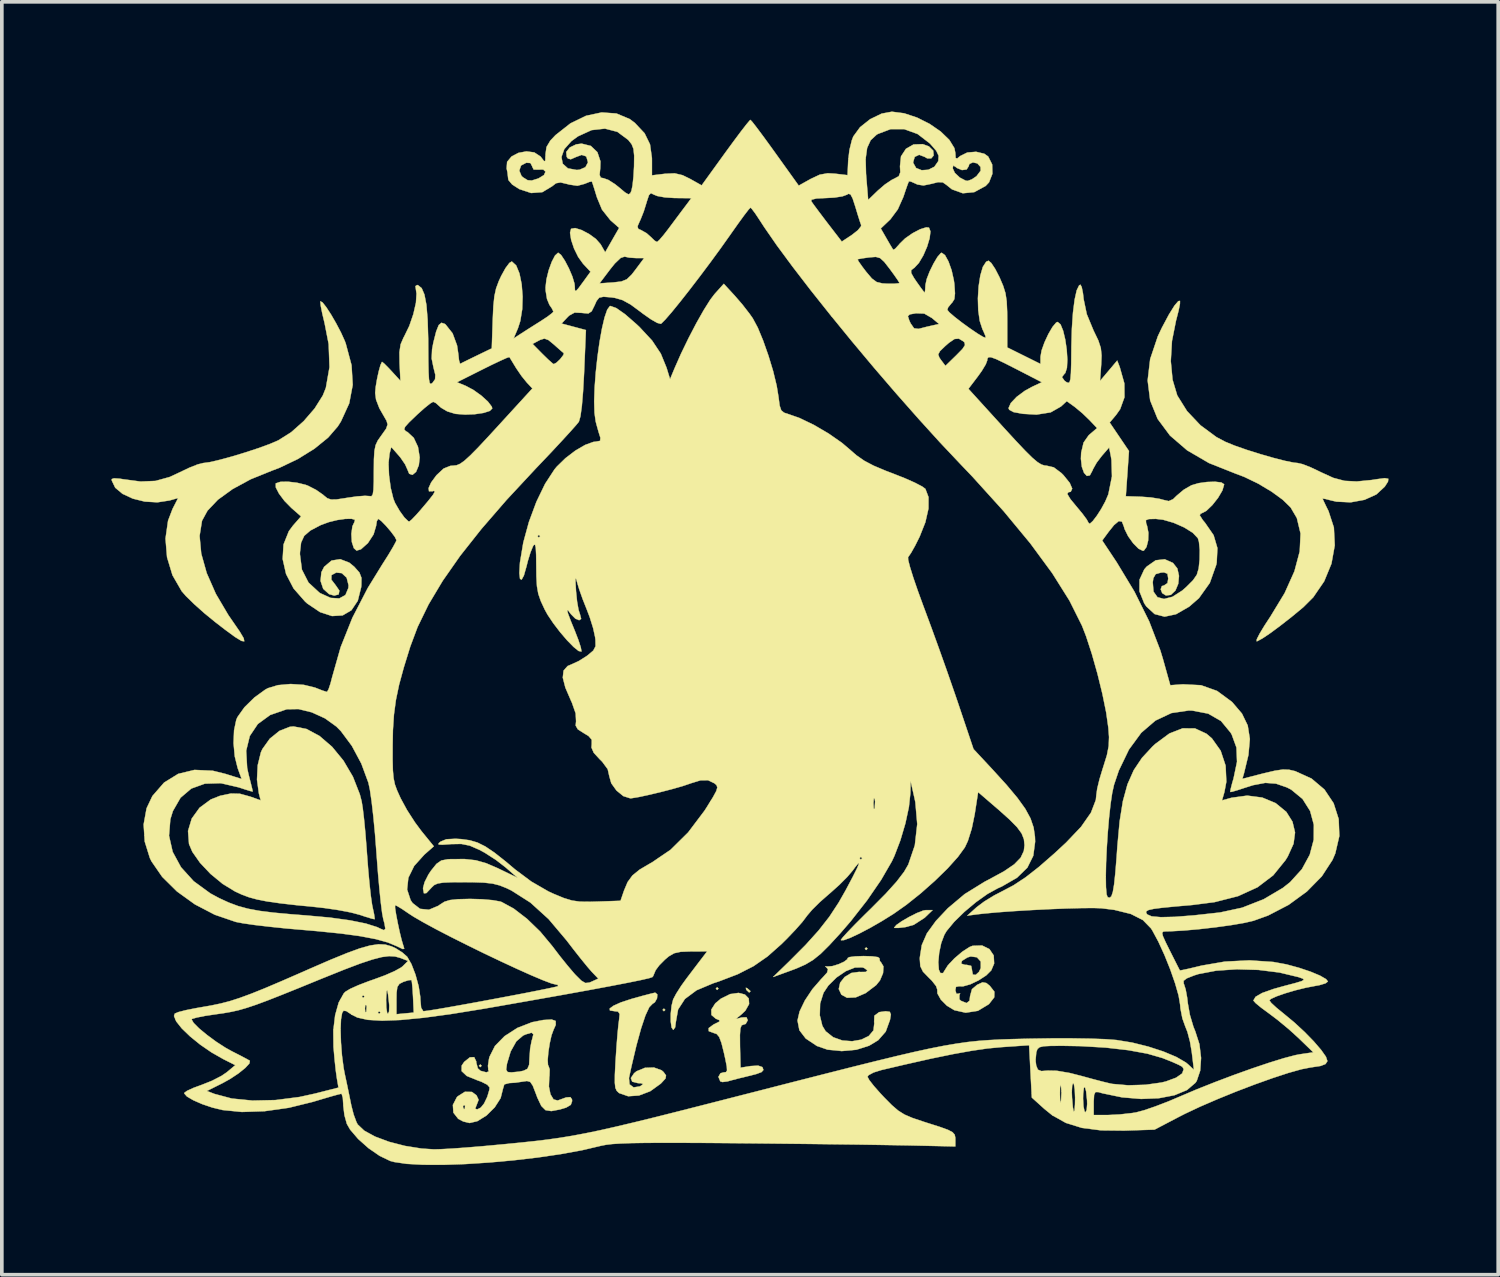
<source format=kicad_pcb>
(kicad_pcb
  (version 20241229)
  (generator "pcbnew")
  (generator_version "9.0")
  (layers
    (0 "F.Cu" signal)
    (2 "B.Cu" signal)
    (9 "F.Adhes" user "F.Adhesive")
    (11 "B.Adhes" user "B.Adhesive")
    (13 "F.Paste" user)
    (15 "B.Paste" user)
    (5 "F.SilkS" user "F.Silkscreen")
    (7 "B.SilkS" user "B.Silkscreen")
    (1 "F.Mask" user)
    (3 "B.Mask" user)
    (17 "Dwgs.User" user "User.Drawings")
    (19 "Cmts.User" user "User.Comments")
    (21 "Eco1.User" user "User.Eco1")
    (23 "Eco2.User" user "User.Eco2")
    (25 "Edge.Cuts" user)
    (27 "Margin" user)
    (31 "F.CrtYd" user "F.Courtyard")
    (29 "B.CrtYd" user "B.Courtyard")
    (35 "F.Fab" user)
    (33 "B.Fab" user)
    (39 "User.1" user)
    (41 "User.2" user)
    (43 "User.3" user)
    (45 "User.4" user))
  (footprint "silk"
    (layer "F.Cu")
    (at 17.399 14.124)
    (property "Reference" "silk" (at 0 0 0) (layer "F.SilkS") (effects (font (size 1.524 1.524) (thickness 0.3))))
    (attr through_hole)
    (fp_poly (pts (xy -7.278 11.972) (xy -7.314 12.009) (xy -7.351 11.972) (xy -7.314 11.936) (xy -7.278 11.972)) (stroke (width 0.01) (type solid)) (fill yes) (layer "F.SilkS"))
    (fp_poly (pts (xy -2.256 10.444) (xy -2.293 10.48) (xy -2.329 10.444) (xy -2.293 10.407) (xy -2.256 10.444)) (stroke (width 0.01) (type solid)) (fill yes) (layer "F.SilkS"))
    (fp_poly (pts (xy -0.801 9.862) (xy -0.837 9.898) (xy -0.873 9.862) (xy -0.837 9.825) (xy -0.801 9.862)) (stroke (width 0.01) (type solid)) (fill yes) (layer "F.SilkS"))
    (fp_poly (pts (xy 3.275 8.77) (xy 3.239 8.806) (xy 3.202 8.77) (xy 3.239 8.734) (xy 3.275 8.77)) (stroke (width 0.01) (type solid)) (fill yes) (layer "F.SilkS"))
    (fp_poly (pts (xy -0.011 9.855) (xy 0.066 9.922) (xy 0.073 9.939) (xy 0.038 9.969) (xy -0.034 9.902) (xy -0.043 9.887) (xy -0.052 9.837) (xy -0.011 9.855)) (stroke (width 0.01) (type solid)) (fill yes) (layer "F.SilkS"))
    (fp_poly (pts (xy 4.838 7.924) (xy 4.538 8.118) (xy 4.312 8.18) (xy 4.124 8.202) (xy 4.015 8.202) (xy 4.003 8.195) (xy 4.063 8.123) (xy 4.214 8.017) (xy 4.415 7.901) (xy 4.623 7.796) (xy 4.797 7.728) (xy 4.869 7.715) (xy 5.055 7.715) (xy 4.838 7.924)) (stroke (width 0.01) (type solid)) (fill yes) (layer "F.SilkS"))
    (fp_poly (pts (xy -0.077 10.024) (xy 0.027 10.131) (xy 0.037 10.283) (xy -0.065 10.464) (xy -0.174 10.568) (xy -0.328 10.693) (xy -0.164 10.651) (xy -0.035 10.646) (xy 0 10.726) (xy -0.056 10.828) (xy -0.113 10.844) (xy -0.169 10.867) (xy -0.202 10.954) (xy -0.214 11.131) (xy -0.212 11.426) (xy -0.212 11.434) (xy -0.197 12.024) (xy 0.079 11.98) (xy 0.284 11.968) (xy 0.398 12.007) (xy 0.403 12.013) (xy 0.428 12.087) (xy 0.378 12.144) (xy 0.231 12.199) (xy -0.015 12.261) (xy -0.263 12.321) (xy -0.472 12.376) (xy -0.551 12.399) (xy -0.692 12.417) (xy -0.751 12.398) (xy -0.802 12.275) (xy -0.745 12.176) (xy -0.665 12.154) (xy -0.598 12.146) (xy -0.567 12.103) (xy -0.573 11.995) (xy -0.613 11.791) (xy -0.649 11.627) (xy -0.719 11.348) (xy -0.781 11.184) (xy -0.851 11.102) (xy -0.93 11.076) (xy -1.067 11.025) (xy -1.069 10.942) (xy -0.936 10.844) (xy -0.904 10.828) (xy -0.777 10.764) (xy -0.775 10.726) (xy -0.873 10.685) (xy -0.993 10.584) (xy -0.996 10.435) (xy -0.888 10.265) (xy -0.735 10.137) (xy -0.479 10.011) (xy -0.252 9.979) (xy -0.077 10.024)) (stroke (width 0.01) (type solid)) (fill yes) (layer "F.SilkS"))
    (fp_poly (pts (xy -2.473 10.02) (xy -2.481 10.128) (xy -2.54 10.235) (xy -2.605 10.279) (xy -2.694 10.371) (xy -2.799 10.597) (xy -2.917 10.95) (xy -3.046 11.42) (xy -3.182 11.997) (xy -3.249 12.308) (xy -3.233 12.479) (xy -3.122 12.563) (xy -2.952 12.536) (xy -2.923 12.52) (xy -2.861 12.47) (xy -2.922 12.45) (xy -3.002 12.447) (xy -3.16 12.407) (xy -3.197 12.308) (xy -3.108 12.176) (xy -3.041 12.122) (xy -2.813 12.028) (xy -2.565 12.02) (xy -2.356 12.096) (xy -2.304 12.141) (xy -2.235 12.236) (xy -2.249 12.319) (xy -2.358 12.439) (xy -2.384 12.464) (xy -2.667 12.668) (xy -2.975 12.785) (xy -3.27 12.805) (xy -3.515 12.72) (xy -3.527 12.711) (xy -3.584 12.656) (xy -3.62 12.575) (xy -3.635 12.44) (xy -3.634 12.223) (xy -3.618 11.896) (xy -3.611 11.783) (xy -3.587 11.425) (xy -3.561 11.097) (xy -3.536 10.842) (xy -3.519 10.717) (xy -3.503 10.555) (xy -3.548 10.49) (xy -3.637 10.48) (xy -3.769 10.46) (xy -3.776 10.407) (xy -3.672 10.33) (xy -3.47 10.239) (xy -3.184 10.145) (xy -3.16 10.138) (xy -2.887 10.062) (xy -2.669 10.005) (xy -2.543 9.975) (xy -2.529 9.973) (xy -2.473 10.02)) (stroke (width 0.01) (type solid)) (fill yes) (layer "F.SilkS"))
    (fp_poly (pts (xy -12.068 2.761) (xy -11.711 2.953) (xy -11.368 3.248) (xy -11.057 3.626) (xy -10.798 4.066) (xy -10.609 4.548) (xy -10.559 4.74) (xy -10.529 4.926) (xy -10.494 5.222) (xy -10.458 5.594) (xy -10.425 6.006) (xy -10.412 6.187) (xy -10.38 6.606) (xy -10.344 6.999) (xy -10.307 7.332) (xy -10.273 7.569) (xy -10.26 7.633) (xy -10.219 7.826) (xy -10.202 7.946) (xy -10.205 7.964) (xy -10.279 7.949) (xy -10.449 7.898) (xy -10.617 7.842) (xy -10.861 7.778) (xy -11.197 7.714) (xy -11.571 7.659) (xy -11.781 7.635) (xy -12.347 7.579) (xy -12.791 7.528) (xy -13.137 7.479) (xy -13.41 7.426) (xy -13.633 7.366) (xy -13.83 7.293) (xy -14.016 7.208) (xy -14.36 6.998) (xy -14.691 6.726) (xy -14.978 6.422) (xy -15.189 6.121) (xy -15.28 5.907) (xy -15.307 5.55) (xy -15.205 5.211) (xy -14.991 4.915) (xy -14.684 4.689) (xy -14.431 4.589) (xy -14.135 4.527) (xy -13.889 4.533) (xy -13.609 4.61) (xy -13.592 4.616) (xy -13.32 4.713) (xy -13.37 4.522) (xy -13.421 4.147) (xy -13.401 3.752) (xy -13.315 3.402) (xy -13.273 3.31) (xy -13.07 3.026) (xy -12.807 2.814) (xy -12.525 2.703) (xy -12.421 2.693) (xy -12.068 2.761)) (stroke (width 0.01) (type solid)) (fill yes) (layer "F.SilkS"))
    (fp_poly (pts (xy 3.4 8.979) (xy 3.556 9) (xy 3.6 9.029) (xy 3.615 9.114) (xy 3.638 9.133) (xy 3.711 9.254) (xy 3.7 9.438) (xy 3.616 9.637) (xy 3.512 9.766) (xy 3.224 9.985) (xy 2.951 10.102) (xy 2.715 10.112) (xy 2.562 10.029) (xy 2.489 9.873) (xy 2.527 9.701) (xy 2.65 9.544) (xy 2.833 9.434) (xy 3.048 9.404) (xy 3.074 9.407) (xy 3.229 9.406) (xy 3.271 9.362) (xy 3.184 9.299) (xy 3.139 9.282) (xy 2.933 9.284) (xy 2.683 9.384) (xy 2.428 9.557) (xy 2.203 9.779) (xy 2.072 9.976) (xy 1.979 10.271) (xy 1.97 10.592) (xy 2.041 10.882) (xy 2.13 11.028) (xy 2.337 11.192) (xy 2.589 11.281) (xy 2.855 11.301) (xy 3.106 11.257) (xy 3.311 11.156) (xy 3.439 11.003) (xy 3.461 10.803) (xy 3.456 10.778) (xy 3.463 10.603) (xy 3.593 10.505) (xy 3.772 10.481) (xy 3.884 10.496) (xy 3.914 10.57) (xy 3.89 10.716) (xy 3.773 11.038) (xy 3.568 11.272) (xy 3.319 11.423) (xy 2.968 11.534) (xy 2.57 11.57) (xy 2.182 11.531) (xy 1.892 11.431) (xy 1.585 11.226) (xy 1.412 11) (xy 1.361 10.737) (xy 1.361 10.731) (xy 1.418 10.486) (xy 1.562 10.187) (xy 1.768 9.877) (xy 2.012 9.596) (xy 2.035 9.573) (xy 2.17 9.424) (xy 2.194 9.332) (xy 2.165 9.299) (xy 2.12 9.253) (xy 2.183 9.257) (xy 2.313 9.247) (xy 2.48 9.196) (xy 2.635 9.126) (xy 2.726 9.057) (xy 2.731 9.027) (xy 2.78 9) (xy 2.939 8.98) (xy 3.167 8.972) (xy 3.4 8.979)) (stroke (width 0.01) (type solid)) (fill yes) (layer "F.SilkS"))
    (fp_poly (pts (xy -11.629 -8.903) (xy -11.525 -8.771) (xy -11.394 -8.57) (xy -11.255 -8.329) (xy -11.124 -8.08) (xy -11.021 -7.852) (xy -10.994 -7.781) (xy -10.835 -7.187) (xy -10.803 -6.648) (xy -10.899 -6.143) (xy -11.124 -5.651) (xy -11.211 -5.513) (xy -11.474 -5.209) (xy -11.849 -4.904) (xy -12.303 -4.622) (xy -12.803 -4.383) (xy -13.016 -4.302) (xy -13.593 -4.068) (xy -14.089 -3.799) (xy -14.489 -3.509) (xy -14.775 -3.208) (xy -14.925 -2.932) (xy -14.991 -2.518) (xy -14.946 -2.035) (xy -14.796 -1.501) (xy -14.546 -0.933) (xy -14.202 -0.35) (xy -14.081 -0.175) (xy -13.891 0.101) (xy -13.785 0.28) (xy -13.769 0.365) (xy -13.846 0.353) (xy -14.021 0.246) (xy -14.298 0.043) (xy -14.566 -0.164) (xy -14.863 -0.407) (xy -15.141 -0.655) (xy -15.365 -0.874) (xy -15.48 -1.006) (xy -15.732 -1.443) (xy -15.881 -1.935) (xy -15.923 -2.445) (xy -15.853 -2.935) (xy -15.73 -3.257) (xy -15.577 -3.555) (xy -15.812 -3.488) (xy -16.144 -3.437) (xy -16.489 -3.457) (xy -16.817 -3.538) (xy -17.097 -3.668) (xy -17.298 -3.836) (xy -17.391 -4.03) (xy -17.394 -4.072) (xy -17.331 -4.094) (xy -17.171 -4.083) (xy -17.085 -4.069) (xy -16.605 -4.005) (xy -16.198 -4.022) (xy -15.814 -4.128) (xy -15.533 -4.258) (xy -15.274 -4.382) (xy -15.045 -4.473) (xy -14.892 -4.512) (xy -14.882 -4.512) (xy -14.709 -4.536) (xy -14.436 -4.6) (xy -14.098 -4.692) (xy -13.733 -4.803) (xy -13.377 -4.92) (xy -13.066 -5.034) (xy -12.839 -5.131) (xy -12.487 -5.353) (xy -12.144 -5.657) (xy -11.844 -6.004) (xy -11.622 -6.357) (xy -11.538 -6.565) (xy -11.438 -7.134) (xy -11.461 -7.764) (xy -11.572 -8.334) (xy -11.636 -8.602) (xy -11.677 -8.81) (xy -11.689 -8.924) (xy -11.686 -8.934) (xy -11.629 -8.903)) (stroke (width 0.01) (type solid)) (fill yes) (layer "F.SilkS"))
    (fp_poly (pts (xy 11.819 -8.865) (xy 11.783 -8.682) (xy 11.72 -8.436) (xy 11.712 -8.407) (xy 11.601 -7.849) (xy 11.569 -7.298) (xy 11.617 -6.791) (xy 11.743 -6.368) (xy 11.751 -6.351) (xy 12.013 -5.932) (xy 12.381 -5.543) (xy 12.815 -5.222) (xy 13.064 -5.09) (xy 13.322 -4.985) (xy 13.652 -4.87) (xy 14.015 -4.756) (xy 14.376 -4.652) (xy 14.697 -4.57) (xy 14.941 -4.521) (xy 15.037 -4.512) (xy 15.174 -4.48) (xy 15.394 -4.394) (xy 15.651 -4.272) (xy 15.679 -4.258) (xy 16.012 -4.106) (xy 16.321 -4.024) (xy 16.653 -4.007) (xy 17.06 -4.047) (xy 17.194 -4.068) (xy 17.418 -4.098) (xy 17.518 -4.081) (xy 17.509 -4.003) (xy 17.421 -3.866) (xy 17.191 -3.653) (xy 16.867 -3.506) (xy 16.49 -3.437) (xy 16.102 -3.455) (xy 15.956 -3.488) (xy 15.798 -3.529) (xy 15.722 -3.54) (xy 15.72 -3.538) (xy 15.75 -3.469) (xy 15.825 -3.312) (xy 15.882 -3.198) (xy 16.029 -2.748) (xy 16.053 -2.26) (xy 15.963 -1.76) (xy 15.764 -1.277) (xy 15.464 -0.839) (xy 15.192 -0.568) (xy 14.868 -0.3) (xy 14.558 -0.058) (xy 14.285 0.144) (xy 14.07 0.288) (xy 13.937 0.359) (xy 13.916 0.364) (xy 13.921 0.308) (xy 13.997 0.157) (xy 14.131 -0.065) (xy 14.294 -0.314) (xy 14.683 -0.955) (xy 14.95 -1.551) (xy 15.095 -2.095) (xy 15.118 -2.583) (xy 15.016 -3.008) (xy 14.846 -3.297) (xy 14.632 -3.506) (xy 14.322 -3.732) (xy 13.956 -3.95) (xy 13.577 -4.133) (xy 13.338 -4.223) (xy 12.613 -4.511) (xy 12.016 -4.859) (xy 11.547 -5.263) (xy 11.209 -5.718) (xy 11.005 -6.222) (xy 10.936 -6.769) (xy 11.005 -7.355) (xy 11.214 -7.976) (xy 11.323 -8.207) (xy 11.517 -8.571) (xy 11.67 -8.817) (xy 11.775 -8.939) (xy 11.821 -8.946) (xy 11.819 -8.865)) (stroke (width 0.01) (type solid)) (fill yes) (layer "F.SilkS"))
    (fp_poly (pts (xy -5.253 10.747) (xy -5.251 10.854) (xy -5.31 10.985) (xy -5.367 11.14) (xy -5.416 11.36) (xy -5.453 11.599) (xy -5.471 11.812) (xy -5.463 11.951) (xy -5.448 11.979) (xy -5.417 12.069) (xy -5.422 12.242) (xy -5.428 12.286) (xy -5.438 12.54) (xy -5.395 12.753) (xy -5.311 12.892) (xy -5.199 12.922) (xy -5.185 12.917) (xy -4.967 12.838) (xy -4.85 12.829) (xy -4.807 12.891) (xy -4.803 12.938) (xy -4.839 13.04) (xy -4.967 13.116) (xy -5.138 13.167) (xy -5.371 13.211) (xy -5.53 13.186) (xy -5.646 13.071) (xy -5.753 12.845) (xy -5.797 12.727) (xy -5.879 12.516) (xy -5.949 12.413) (xy -6.038 12.388) (xy -6.139 12.403) (xy -6.36 12.435) (xy -6.523 12.445) (xy -6.658 12.481) (xy -6.696 12.609) (xy -6.758 12.856) (xy -6.92 13.109) (xy -7.145 13.332) (xy -7.395 13.487) (xy -7.607 13.537) (xy -7.779 13.496) (xy -7.917 13.424) (xy -8.05 13.254) (xy -8.06 13.1) (xy -7.787 13.1) (xy -7.761 13.16) (xy -7.739 13.149) (xy -7.73 13.062) (xy -7.739 13.052) (xy -7.782 13.062) (xy -7.787 13.1) (xy -8.06 13.1) (xy -8.064 13.043) (xy -7.957 12.835) (xy -7.933 12.809) (xy -7.736 12.684) (xy -7.544 12.687) (xy -7.419 12.779) (xy -7.36 12.903) (xy -7.41 13.033) (xy -7.455 13.148) (xy -7.396 13.164) (xy -7.301 13.116) (xy -7.211 13.005) (xy -7.123 12.821) (xy -7.067 12.631) (xy -7.06 12.563) (xy -7.123 12.49) (xy -7.285 12.408) (xy -7.399 12.367) (xy -7.684 12.251) (xy -7.825 12.118) (xy -7.823 11.967) (xy -7.755 11.867) (xy -7.599 11.741) (xy -7.482 11.736) (xy -7.426 11.85) (xy -7.423 11.892) (xy -7.381 12.044) (xy -7.308 12.11) (xy -7.148 12.152) (xy -7.082 12.126) (xy -7.095 12.083) (xy -7.095 12.079) (xy -6.607 12.079) (xy -6.567 12.143) (xy -6.465 12.153) (xy -6.248 12.132) (xy -6.132 12.108) (xy -6.026 12.056) (xy -5.979 11.946) (xy -5.968 11.75) (xy -5.951 11.504) (xy -5.91 11.288) (xy -5.897 11.249) (xy -5.863 11.111) (xy -5.914 11.067) (xy -6.067 11.112) (xy -6.143 11.145) (xy -6.329 11.304) (xy -6.484 11.581) (xy -6.585 11.918) (xy -6.607 12.079) (xy -7.095 12.079) (xy -7.105 11.973) (xy -7.077 11.786) (xy -7.061 11.724) (xy -6.913 11.43) (xy -6.649 11.161) (xy -6.301 10.937) (xy -5.897 10.78) (xy -5.599 10.721) (xy -5.363 10.707) (xy -5.253 10.747)) (stroke (width 0.01) (type solid)) (fill yes) (layer "F.SilkS"))
    (fp_poly (pts (xy 4.276 -14.076) (xy 4.629 -13.959) (xy 4.972 -13.787) (xy 5.275 -13.578) (xy 5.511 -13.35) (xy 5.651 -13.123) (xy 5.677 -12.992) (xy 5.685 -12.853) (xy 5.728 -12.84) (xy 5.81 -12.907) (xy 6.004 -13.003) (xy 6.245 -13.023) (xy 6.47 -12.969) (xy 6.575 -12.894) (xy 6.684 -12.677) (xy 6.69 -12.421) (xy 6.598 -12.187) (xy 6.506 -12.089) (xy 6.195 -11.92) (xy 5.881 -11.889) (xy 5.585 -11.996) (xy 5.429 -12.121) (xy 5.33 -12.189) (xy 5.197 -12.191) (xy 5.034 -12.149) (xy 4.806 -12.102) (xy 4.64 -12.128) (xy 4.59 -12.152) (xy 4.461 -12.209) (xy 4.407 -12.215) (xy 4.375 -12.138) (xy 4.314 -11.964) (xy 4.256 -11.79) (xy 4.103 -11.448) (xy 3.899 -11.174) (xy 3.882 -11.158) (xy 3.638 -10.926) (xy 3.797 -10.649) (xy 3.899 -10.473) (xy 3.967 -10.36) (xy 3.979 -10.342) (xy 4.033 -10.372) (xy 4.136 -10.485) (xy 4.154 -10.508) (xy 4.306 -10.656) (xy 4.507 -10.796) (xy 4.713 -10.904) (xy 4.882 -10.957) (xy 4.956 -10.949) (xy 4.996 -10.846) (xy 4.974 -10.66) (xy 4.904 -10.427) (xy 4.801 -10.189) (xy 4.679 -9.983) (xy 4.554 -9.848) (xy 4.534 -9.836) (xy 4.468 -9.783) (xy 4.47 -9.707) (xy 4.546 -9.572) (xy 4.617 -9.468) (xy 4.738 -9.298) (xy 4.82 -9.19) (xy 4.839 -9.17) (xy 4.851 -9.234) (xy 4.86 -9.385) (xy 4.894 -9.542) (xy 4.974 -9.749) (xy 5.08 -9.965) (xy 5.188 -10.147) (xy 5.278 -10.251) (xy 5.304 -10.262) (xy 5.394 -10.196) (xy 5.489 -10.024) (xy 5.575 -9.783) (xy 5.636 -9.51) (xy 5.65 -9.411) (xy 5.667 -9.151) (xy 5.65 -8.994) (xy 5.591 -8.899) (xy 5.576 -8.886) (xy 5.479 -8.767) (xy 5.458 -8.699) (xy 5.514 -8.631) (xy 5.657 -8.508) (xy 5.855 -8.354) (xy 6.073 -8.196) (xy 6.278 -8.056) (xy 6.436 -7.961) (xy 6.507 -7.933) (xy 6.499 -7.99) (xy 6.439 -8.13) (xy 6.419 -8.169) (xy 6.344 -8.398) (xy 6.303 -8.69) (xy 6.294 -9.016) (xy 6.314 -9.343) (xy 6.36 -9.64) (xy 6.429 -9.875) (xy 6.52 -10.016) (xy 6.585 -10.044) (xy 6.659 -9.982) (xy 6.766 -9.821) (xy 6.883 -9.595) (xy 6.886 -9.589) (xy 6.985 -9.357) (xy 7.048 -9.155) (xy 7.081 -8.935) (xy 7.094 -8.648) (xy 7.096 -8.403) (xy 7.096 -7.673) (xy 8.006 -7.221) (xy 8.006 -7.417) (xy 8.036 -7.59) (xy 8.115 -7.811) (xy 8.221 -8.039) (xy 8.334 -8.233) (xy 8.434 -8.352) (xy 8.474 -8.37) (xy 8.554 -8.303) (xy 8.625 -8.129) (xy 8.683 -7.886) (xy 8.723 -7.61) (xy 8.74 -7.341) (xy 8.729 -7.116) (xy 8.684 -6.973) (xy 8.661 -6.95) (xy 8.592 -6.861) (xy 8.666 -6.758) (xy 8.715 -6.724) (xy 8.765 -6.703) (xy 8.8 -6.723) (xy 8.824 -6.806) (xy 8.838 -6.972) (xy 8.846 -7.24) (xy 8.85 -7.631) (xy 8.85 -7.686) (xy 8.864 -8.187) (xy 8.894 -8.624) (xy 8.939 -8.979) (xy 8.996 -9.234) (xy 9.062 -9.37) (xy 9.098 -9.389) (xy 9.133 -9.323) (xy 9.167 -9.154) (xy 9.185 -8.995) (xy 9.271 -8.583) (xy 9.456 -8.136) (xy 9.458 -8.132) (xy 9.587 -7.864) (xy 9.655 -7.658) (xy 9.676 -7.452) (xy 9.666 -7.21) (xy 9.633 -6.756) (xy 9.869 -7.035) (xy 10.104 -7.314) (xy 10.174 -7.132) (xy 10.299 -6.688) (xy 10.302 -6.31) (xy 10.184 -5.984) (xy 10.074 -5.828) (xy 9.898 -5.619) (xy 10.425 -4.84) (xy 10.382 -4.221) (xy 10.339 -3.603) (xy 10.755 -3.59) (xy 11.024 -3.57) (xy 11.261 -3.532) (xy 11.364 -3.504) (xy 11.513 -3.47) (xy 11.632 -3.523) (xy 11.728 -3.617) (xy 11.924 -3.782) (xy 12.134 -3.903) (xy 12.329 -3.961) (xy 12.56 -3.993) (xy 12.782 -4) (xy 12.952 -3.98) (xy 13.027 -3.931) (xy 13.028 -3.925) (xy 12.98 -3.761) (xy 12.861 -3.559) (xy 12.703 -3.359) (xy 12.539 -3.202) (xy 12.401 -3.131) (xy 12.388 -3.13) (xy 12.36 -3.084) (xy 12.442 -2.954) (xy 12.503 -2.881) (xy 12.74 -2.538) (xy 12.844 -2.185) (xy 12.824 -1.787) (xy 12.812 -1.728) (xy 12.636 -1.233) (xy 12.339 -0.816) (xy 12.071 -0.583) (xy 11.713 -0.377) (xy 11.399 -0.31) (xy 11.127 -0.381) (xy 10.899 -0.591) (xy 10.841 -0.678) (xy 10.712 -1.003) (xy 10.714 -1.321) (xy 10.844 -1.603) (xy 10.911 -1.68) (xy 11.157 -1.852) (xy 11.404 -1.879) (xy 11.629 -1.779) (xy 11.748 -1.628) (xy 11.793 -1.425) (xy 11.773 -1.21) (xy 11.696 -1.024) (xy 11.571 -0.906) (xy 11.437 -0.889) (xy 11.334 -0.954) (xy 11.293 -1.059) (xy 11.325 -1.146) (xy 11.385 -1.164) (xy 11.478 -1.227) (xy 11.499 -1.351) (xy 11.478 -1.484) (xy 11.385 -1.521) (xy 11.299 -1.515) (xy 11.156 -1.474) (xy 11.092 -1.363) (xy 11.076 -1.251) (xy 11.096 -0.995) (xy 11.205 -0.842) (xy 11.384 -0.794) (xy 11.616 -0.854) (xy 11.883 -1.025) (xy 11.989 -1.118) (xy 12.176 -1.305) (xy 12.281 -1.456) (xy 12.332 -1.629) (xy 12.357 -1.872) (xy 12.361 -2.136) (xy 12.339 -2.357) (xy 12.309 -2.457) (xy 12.17 -2.604) (xy 11.935 -2.751) (xy 11.648 -2.877) (xy 11.358 -2.961) (xy 11.159 -2.984) (xy 10.967 -2.979) (xy 10.888 -2.948) (xy 10.894 -2.865) (xy 10.92 -2.793) (xy 10.957 -2.603) (xy 10.95 -2.394) (xy 10.905 -2.216) (xy 10.833 -2.117) (xy 10.806 -2.111) (xy 10.686 -2.17) (xy 10.54 -2.318) (xy 10.402 -2.511) (xy 10.305 -2.707) (xy 10.286 -2.774) (xy 10.233 -2.909) (xy 10.147 -2.924) (xy 10.016 -2.814) (xy 9.87 -2.632) (xy 9.694 -2.393) (xy 10.09 -1.797) (xy 10.575 -0.994) (xy 10.978 -0.181) (xy 11.281 0.607) (xy 11.354 0.847) (xy 11.555 1.565) (xy 11.9 1.54) (xy 12.396 1.565) (xy 12.835 1.721) (xy 13.234 2.015) (xy 13.253 2.033) (xy 13.515 2.34) (xy 13.673 2.666) (xy 13.731 3.035) (xy 13.692 3.472) (xy 13.571 3.973) (xy 13.526 4.125) (xy 14.103 3.976) (xy 14.415 3.903) (xy 14.634 3.87) (xy 14.807 3.877) (xy 14.97 3.915) (xy 15.418 4.118) (xy 15.771 4.417) (xy 16.022 4.793) (xy 16.16 5.224) (xy 16.178 5.688) (xy 16.067 6.166) (xy 15.99 6.344) (xy 15.699 6.791) (xy 15.29 7.207) (xy 14.791 7.571) (xy 14.229 7.863) (xy 13.828 8.007) (xy 13.577 8.065) (xy 13.22 8.126) (xy 12.8 8.184) (xy 12.357 8.235) (xy 11.932 8.273) (xy 11.565 8.294) (xy 11.444 8.296) (xy 11.365 8.302) (xy 11.333 8.336) (xy 11.353 8.425) (xy 11.429 8.595) (xy 11.543 8.824) (xy 11.667 9.07) (xy 11.762 9.258) (xy 11.813 9.357) (xy 11.817 9.365) (xy 11.887 9.354) (xy 12.065 9.316) (xy 12.316 9.256) (xy 12.409 9.233) (xy 13.048 9.123) (xy 13.722 9.089) (xy 14.372 9.133) (xy 14.731 9.199) (xy 15.08 9.294) (xy 15.395 9.4) (xy 15.65 9.507) (xy 15.816 9.603) (xy 15.866 9.667) (xy 15.801 9.717) (xy 15.636 9.767) (xy 15.525 9.787) (xy 15.264 9.837) (xy 14.976 9.908) (xy 14.698 9.99) (xy 14.464 10.072) (xy 14.309 10.142) (xy 14.265 10.183) (xy 14.318 10.255) (xy 14.459 10.385) (xy 14.655 10.545) (xy 14.945 10.785) (xy 15.226 11.045) (xy 15.478 11.303) (xy 15.68 11.538) (xy 15.812 11.725) (xy 15.852 11.844) (xy 15.852 11.845) (xy 15.801 11.924) (xy 15.665 11.977) (xy 15.414 12.015) (xy 15.392 12.018) (xy 15.141 12.067) (xy 14.785 12.167) (xy 14.352 12.309) (xy 13.867 12.482) (xy 13.358 12.676) (xy 12.852 12.882) (xy 12.375 13.088) (xy 11.956 13.285) (xy 11.803 13.363) (xy 11.125 13.718) (xy 10.295 13.745) (xy 9.661 13.738) (xy 9.136 13.67) (xy 8.699 13.534) (xy 8.323 13.323) (xy 8.113 13.153) (xy 7.769 12.842) (xy 7.763 12.736) (xy 8.537 12.736) (xy 8.542 12.916) (xy 8.553 12.983) (xy 8.567 12.937) (xy 8.579 12.701) (xy 8.578 12.68) (xy 8.862 12.68) (xy 8.868 12.845) (xy 8.891 13.108) (xy 8.915 13.226) (xy 8.936 13.199) (xy 8.949 13.027) (xy 8.952 12.87) (xy 9.17 12.87) (xy 9.181 13.081) (xy 9.21 13.218) (xy 9.235 13.246) (xy 9.269 13.181) (xy 9.282 13.017) (xy 9.281 12.986) (xy 9.461 12.986) (xy 9.461 13.319) (xy 9.852 13.319) (xy 10.171 13.303) (xy 10.511 13.265) (xy 10.621 13.247) (xy 10.841 13.188) (xy 11.15 13.082) (xy 11.504 12.946) (xy 11.822 12.811) (xy 12.274 12.619) (xy 12.772 12.421) (xy 13.286 12.227) (xy 13.791 12.046) (xy 14.258 11.889) (xy 14.662 11.764) (xy 14.973 11.682) (xy 15.098 11.658) (xy 15.466 11.604) (xy 15.065 11.216) (xy 14.794 10.97) (xy 14.487 10.716) (xy 14.247 10.535) (xy 14.039 10.382) (xy 13.89 10.259) (xy 13.828 10.189) (xy 13.828 10.187) (xy 13.887 10.086) (xy 14.069 9.981) (xy 14.383 9.87) (xy 14.677 9.788) (xy 14.974 9.71) (xy 15.146 9.658) (xy 15.209 9.622) (xy 15.182 9.59) (xy 15.079 9.553) (xy 15.058 9.546) (xy 14.541 9.422) (xy 13.964 9.35) (xy 13.372 9.333) (xy 12.812 9.371) (xy 12.328 9.463) (xy 12.21 9.5) (xy 12.007 9.58) (xy 11.919 9.648) (xy 11.922 9.725) (xy 11.931 9.744) (xy 11.976 9.885) (xy 12.017 10.11) (xy 12.035 10.265) (xy 12.091 10.58) (xy 12.189 10.909) (xy 12.237 11.026) (xy 12.352 11.382) (xy 12.397 11.757) (xy 12.373 12.106) (xy 12.279 12.384) (xy 12.244 12.437) (xy 12.013 12.635) (xy 11.671 12.777) (xy 11.244 12.859) (xy 10.758 12.879) (xy 10.235 12.835) (xy 9.703 12.725) (xy 9.589 12.692) (xy 9.51 12.69) (xy 9.472 12.765) (xy 9.461 12.949) (xy 9.461 12.986) (xy 9.281 12.986) (xy 9.279 12.914) (xy 9.253 12.668) (xy 9.221 12.554) (xy 9.192 12.576) (xy 9.173 12.736) (xy 9.17 12.87) (xy 8.952 12.87) (xy 8.952 12.846) (xy 8.943 12.626) (xy 8.92 12.481) (xy 8.897 12.445) (xy 8.872 12.511) (xy 8.862 12.68) (xy 8.578 12.68) (xy 8.567 12.536) (xy 8.551 12.491) (xy 8.54 12.574) (xy 8.537 12.736) (xy 7.763 12.736) (xy 7.731 12.126) (xy 7.716 11.824) (xy 7.871 11.824) (xy 7.888 11.965) (xy 7.935 12.079) (xy 8.029 12.117) (xy 8.206 12.104) (xy 8.453 12.109) (xy 8.805 12.169) (xy 9.134 12.253) (xy 9.444 12.338) (xy 9.72 12.41) (xy 9.919 12.458) (xy 9.971 12.468) (xy 10.403 12.506) (xy 10.875 12.492) (xy 11.311 12.431) (xy 11.435 12.401) (xy 11.714 12.298) (xy 11.88 12.182) (xy 11.922 12.064) (xy 11.884 12) (xy 11.791 11.948) (xy 11.601 11.863) (xy 11.354 11.765) (xy 11.338 11.759) (xy 10.929 11.641) (xy 10.403 11.545) (xy 9.788 11.475) (xy 9.112 11.435) (xy 8.608 11.426) (xy 8.292 11.428) (xy 8.092 11.438) (xy 7.979 11.465) (xy 7.923 11.514) (xy 7.893 11.595) (xy 7.89 11.608) (xy 7.871 11.824) (xy 7.716 11.824) (xy 7.694 11.41) (xy 6.928 11.463) (xy 6.559 11.498) (xy 6.126 11.561) (xy 5.614 11.653) (xy 5.007 11.778) (xy 4.288 11.94) (xy 3.657 12.088) (xy 3.442 12.155) (xy 3.304 12.229) (xy 3.275 12.272) (xy 3.323 12.363) (xy 3.451 12.527) (xy 3.636 12.736) (xy 3.73 12.836) (xy 3.941 13.049) (xy 4.114 13.198) (xy 4.288 13.307) (xy 4.506 13.4) (xy 4.809 13.502) (xy 4.931 13.541) (xy 5.261 13.646) (xy 5.476 13.724) (xy 5.6 13.789) (xy 5.659 13.856) (xy 5.676 13.937) (xy 5.677 13.977) (xy 5.677 14.178) (xy 4.385 14.149) (xy 4.034 14.143) (xy 3.56 14.135) (xy 2.986 14.126) (xy 2.334 14.118) (xy 1.627 14.109) (xy 0.888 14.101) (xy 0.14 14.093) (xy -0.27 14.089) (xy -1.094 14.082) (xy -1.785 14.079) (xy -2.357 14.078) (xy -2.821 14.081) (xy -3.192 14.087) (xy -3.482 14.098) (xy -3.704 14.112) (xy -3.871 14.132) (xy -3.996 14.156) (xy -4.019 14.161) (xy -4.529 14.281) (xy -5.113 14.388) (xy -5.748 14.481) (xy -6.41 14.558) (xy -7.077 14.618) (xy -7.725 14.66) (xy -8.332 14.681) (xy -8.875 14.679) (xy -9.33 14.654) (xy -9.674 14.603) (xy -9.777 14.575) (xy -10.065 14.437) (xy -10.372 14.225) (xy -10.655 13.973) (xy -10.874 13.717) (xy -10.964 13.56) (xy -11.03 13.323) (xy -11.062 13.058) (xy -11.062 13.03) (xy -11.074 12.847) (xy -11.105 12.745) (xy -11.117 12.737) (xy -11.205 12.758) (xy -11.401 12.812) (xy -11.672 12.892) (xy -11.899 12.96) (xy -12.553 13.121) (xy -13.213 13.214) (xy -13.835 13.235) (xy -14.364 13.182) (xy -14.644 13.114) (xy -14.921 13.02) (xy -15.163 12.914) (xy -15.337 12.812) (xy -15.41 12.729) (xy -15.409 12.713) (xy -15.333 12.657) (xy -15.157 12.576) (xy -14.933 12.494) (xy -14.651 12.382) (xy -14.391 12.248) (xy -14.246 12.149) (xy -14.014 11.955) (xy -14.34 11.791) (xy -14.665 11.606) (xy -14.976 11.392) (xy -15.253 11.167) (xy -15.478 10.95) (xy -15.63 10.758) (xy -15.653 10.702) (xy -15.211 10.702) (xy -15.154 10.8) (xy -15.003 10.951) (xy -14.787 11.13) (xy -14.537 11.314) (xy -14.282 11.479) (xy -14.107 11.576) (xy -13.875 11.694) (xy -13.7 11.787) (xy -13.617 11.834) (xy -13.616 11.836) (xy -13.629 11.909) (xy -13.742 12.031) (xy -13.927 12.18) (xy -14.156 12.332) (xy -14.36 12.445) (xy -14.792 12.661) (xy -14.583 12.742) (xy -14.11 12.868) (xy -13.544 12.924) (xy -12.916 12.91) (xy -12.262 12.826) (xy -11.837 12.733) (xy -11.193 12.569) (xy -11.238 12.307) (xy -11.266 12.106) (xy -11.297 11.818) (xy -11.325 11.5) (xy -11.329 11.46) (xy -11.334 11.007) (xy -11.331 10.985) (xy -11.135 10.985) (xy -11.125 11.328) (xy -11.097 11.69) (xy -11.052 12.031) (xy -11.022 12.191) (xy -10.953 12.513) (xy -10.886 12.838) (xy -10.841 13.06) (xy -10.778 13.305) (xy -10.701 13.513) (xy -10.667 13.577) (xy -10.486 13.748) (xy -10.19 13.909) (xy -9.81 14.051) (xy -9.376 14.163) (xy -8.92 14.236) (xy -8.581 14.258) (xy -8.392 14.253) (xy -8.093 14.237) (xy -7.717 14.21) (xy -7.3 14.176) (xy -7.089 14.157) (xy -6.618 14.113) (xy -6.201 14.072) (xy -5.825 14.032) (xy -5.475 13.99) (xy -5.137 13.942) (xy -4.795 13.886) (xy -4.435 13.818) (xy -4.043 13.737) (xy -3.602 13.637) (xy -3.1 13.518) (xy -2.521 13.376) (xy -1.85 13.207) (xy -1.073 13.009) (xy -0.175 12.779) (xy 0.182 12.688) (xy 1.191 12.429) (xy 2.073 12.204) (xy 2.838 12.01) (xy 3.5 11.845) (xy 4.072 11.706) (xy 4.565 11.591) (xy 4.993 11.498) (xy 5.369 11.424) (xy 5.704 11.367) (xy 6.012 11.323) (xy 6.305 11.292) (xy 6.596 11.27) (xy 6.897 11.254) (xy 7.22 11.243) (xy 7.58 11.234) (xy 7.715 11.231) (xy 8.304 11.222) (xy 8.865 11.222) (xy 9.368 11.23) (xy 9.785 11.245) (xy 10.086 11.268) (xy 10.09 11.269) (xy 10.513 11.338) (xy 10.951 11.447) (xy 11.366 11.582) (xy 11.721 11.731) (xy 11.981 11.882) (xy 12.041 11.932) (xy 12.201 12.082) (xy 12.143 11.602) (xy 12.094 11.312) (xy 12.024 11.046) (xy 11.963 10.892) (xy 11.886 10.677) (xy 11.833 10.405) (xy 11.824 10.298) (xy 11.783 10.054) (xy 11.688 9.721) (xy 11.554 9.337) (xy 11.396 8.943) (xy 11.228 8.576) (xy 11.066 8.275) (xy 11.027 8.214) (xy 10.806 7.987) (xy 10.476 7.82) (xy 10.027 7.709) (xy 9.669 7.664) (xy 9.45 7.657) (xy 9.116 7.66) (xy 8.699 7.671) (xy 8.23 7.69) (xy 7.74 7.715) (xy 7.261 7.744) (xy 6.822 7.776) (xy 6.456 7.81) (xy 6.295 7.828) (xy 6.004 7.866) (xy 6.259 7.636) (xy 6.467 7.48) (xy 6.741 7.312) (xy 6.954 7.202) (xy 7.269 7.036) (xy 7.599 6.818) (xy 7.634 6.791) (xy 9.792 6.791) (xy 9.796 7.085) (xy 9.813 7.285) (xy 9.842 7.361) (xy 9.899 7.377) (xy 9.945 7.335) (xy 9.984 7.219) (xy 10.019 7.014) (xy 10.052 6.703) (xy 10.087 6.273) (xy 10.108 5.968) (xy 10.17 5.29) (xy 10.259 4.734) (xy 10.385 4.274) (xy 10.556 3.888) (xy 10.781 3.552) (xy 11.068 3.242) (xy 11.146 3.17) (xy 11.531 2.885) (xy 11.893 2.744) (xy 12.231 2.746) (xy 12.544 2.891) (xy 12.693 3.018) (xy 12.933 3.356) (xy 13.068 3.764) (xy 13.088 4.204) (xy 13.035 4.487) (xy 12.969 4.715) (xy 13.232 4.642) (xy 13.659 4.584) (xy 14.07 4.637) (xy 14.436 4.789) (xy 14.728 5.028) (xy 14.897 5.298) (xy 14.967 5.593) (xy 14.926 5.9) (xy 14.768 6.248) (xy 14.704 6.352) (xy 14.37 6.764) (xy 13.941 7.09) (xy 13.409 7.333) (xy 12.765 7.497) (xy 12.159 7.575) (xy 11.686 7.616) (xy 11.341 7.65) (xy 11.106 7.68) (xy 10.965 7.711) (xy 10.9 7.746) (xy 10.895 7.788) (xy 10.924 7.833) (xy 11.046 7.886) (xy 11.298 7.908) (xy 11.684 7.899) (xy 12.206 7.858) (xy 12.867 7.785) (xy 12.918 7.779) (xy 13.52 7.649) (xy 14.109 7.418) (xy 14.632 7.109) (xy 14.831 6.952) (xy 15.154 6.596) (xy 15.369 6.201) (xy 15.478 5.788) (xy 15.481 5.381) (xy 15.379 5.003) (xy 15.172 4.675) (xy 14.862 4.42) (xy 14.744 4.359) (xy 14.445 4.256) (xy 14.154 4.235) (xy 13.82 4.298) (xy 13.611 4.364) (xy 13.394 4.435) (xy 13.242 4.479) (xy 13.195 4.485) (xy 13.204 4.413) (xy 13.247 4.245) (xy 13.285 4.115) (xy 13.38 3.66) (xy 13.365 3.27) (xy 13.236 2.916) (xy 13.206 2.863) (xy 12.942 2.543) (xy 12.592 2.342) (xy 12.158 2.259) (xy 12.062 2.256) (xy 11.586 2.326) (xy 11.15 2.531) (xy 10.761 2.865) (xy 10.425 3.323) (xy 10.148 3.898) (xy 10.016 4.288) (xy 9.967 4.509) (xy 9.921 4.819) (xy 9.88 5.193) (xy 9.845 5.603) (xy 9.818 6.023) (xy 9.799 6.428) (xy 9.792 6.791) (xy 7.634 6.791) (xy 7.965 6.532) (xy 8.39 6.161) (xy 8.708 5.866) (xy 9.115 5.438) (xy 9.386 5.05) (xy 9.519 4.703) (xy 9.534 4.557) (xy 9.557 4.393) (xy 9.618 4.141) (xy 9.705 3.852) (xy 9.723 3.797) (xy 9.822 3.478) (xy 9.871 3.228) (xy 9.88 2.982) (xy 9.862 2.733) (xy 9.802 2.309) (xy 9.698 1.799) (xy 9.563 1.249) (xy 9.41 0.708) (xy 9.252 0.224) (xy 9.141 -0.062) (xy 8.799 -0.747) (xy 8.328 -1.497) (xy 7.728 -2.313) (xy 6.999 -3.194) (xy 6.143 -4.14) (xy 5.822 -4.476) (xy 5.264 -5.067) (xy 4.673 -5.718) (xy 4.062 -6.41) (xy 3.949 -6.541) (xy 6.035 -6.541) (xy 6.991 -5.49) (xy 7.329 -5.122) (xy 7.586 -4.85) (xy 7.779 -4.659) (xy 7.923 -4.537) (xy 8.032 -4.47) (xy 8.124 -4.442) (xy 8.168 -4.44) (xy 8.369 -4.393) (xy 8.576 -4.238) (xy 8.634 -4.18) (xy 8.806 -3.967) (xy 8.873 -3.811) (xy 8.833 -3.725) (xy 8.764 -3.712) (xy 8.739 -3.665) (xy 8.823 -3.525) (xy 8.983 -3.331) (xy 9.15 -3.13) (xy 9.27 -2.968) (xy 9.319 -2.877) (xy 9.319 -2.876) (xy 9.353 -2.85) (xy 9.436 -2.925) (xy 9.547 -3.07) (xy 9.667 -3.257) (xy 9.776 -3.457) (xy 9.855 -3.641) (xy 9.864 -3.67) (xy 9.96 -4.146) (xy 9.947 -4.595) (xy 9.927 -4.715) (xy 9.882 -4.936) (xy 9.682 -4.706) (xy 9.54 -4.519) (xy 9.442 -4.344) (xy 9.43 -4.312) (xy 9.356 -4.174) (xy 9.274 -4.159) (xy 9.196 -4.243) (xy 9.137 -4.406) (xy 9.111 -4.627) (xy 9.118 -4.793) (xy 9.184 -5.071) (xy 9.322 -5.268) (xy 9.354 -5.297) (xy 9.553 -5.467) (xy 9.343 -5.688) (xy 9.151 -5.873) (xy 8.954 -6.037) (xy 8.929 -6.056) (xy 8.724 -6.203) (xy 8.565 -6.057) (xy 8.284 -5.897) (xy 7.898 -5.836) (xy 7.525 -5.857) (xy 7.272 -5.903) (xy 7.15 -5.968) (xy 7.132 -6.013) (xy 7.193 -6.151) (xy 7.352 -6.319) (xy 7.576 -6.486) (xy 7.778 -6.597) (xy 8.042 -6.721) (xy 7.361 -7.072) (xy 7.025 -7.243) (xy 6.797 -7.352) (xy 6.656 -7.404) (xy 6.581 -7.406) (xy 6.553 -7.363) (xy 6.55 -7.32) (xy 6.508 -7.209) (xy 6.4 -7.03) (xy 6.292 -6.879) (xy 6.035 -6.541) (xy 3.949 -6.541) (xy 3.446 -7.126) (xy 3.149 -7.481) (xy 5.208 -7.481) (xy 5.241 -7.392) (xy 5.284 -7.331) (xy 5.406 -7.169) (xy 5.705 -7.46) (xy 5.871 -7.63) (xy 5.94 -7.735) (xy 5.929 -7.806) (xy 5.895 -7.84) (xy 5.773 -7.913) (xy 5.656 -7.904) (xy 5.503 -7.8) (xy 5.401 -7.711) (xy 5.257 -7.572) (xy 5.208 -7.481) (xy 3.149 -7.481) (xy 2.84 -7.85) (xy 2.286 -8.529) (xy 4.379 -8.529) (xy 4.416 -8.413) (xy 4.453 -8.332) (xy 4.548 -8.196) (xy 4.673 -8.18) (xy 4.69 -8.185) (xy 4.88 -8.234) (xy 5.036 -8.27) (xy 5.232 -8.313) (xy 5.036 -8.478) (xy 4.826 -8.599) (xy 4.603 -8.607) (xy 4.433 -8.577) (xy 4.379 -8.529) (xy 2.286 -8.529) (xy 2.258 -8.563) (xy 1.713 -9.248) (xy 1.221 -9.888) (xy 1.078 -10.082) (xy 3.002 -10.082) (xy 3.033 -10.022) (xy 3.131 -9.883) (xy 3.235 -9.746) (xy 3.394 -9.558) (xy 3.526 -9.461) (xy 3.685 -9.423) (xy 3.817 -9.416) (xy 4.014 -9.416) (xy 4.133 -9.428) (xy 4.148 -9.436) (xy 4.108 -9.505) (xy 4.004 -9.655) (xy 3.884 -9.819) (xy 3.732 -10.014) (xy 3.62 -10.116) (xy 3.504 -10.149) (xy 3.34 -10.137) (xy 3.32 -10.135) (xy 3.13 -10.108) (xy 3.015 -10.086) (xy 3.002 -10.082) (xy 1.078 -10.082) (xy 0.794 -10.466) (xy 0.449 -10.965) (xy 0.327 -11.153) (xy 0.202 -11.341) (xy 0.108 -11.466) (xy 0.073 -11.496) (xy 0.02 -11.439) (xy -0.099 -11.285) (xy -0.265 -11.056) (xy -0.463 -10.776) (xy -0.481 -10.75) (xy -0.743 -10.381) (xy -1.026 -9.994) (xy -1.316 -9.607) (xy -1.599 -9.238) (xy -1.859 -8.908) (xy -2.082 -8.634) (xy -2.255 -8.435) (xy -2.361 -8.329) (xy -2.378 -8.318) (xy -2.476 -8.344) (xy -2.651 -8.444) (xy -2.87 -8.598) (xy -2.928 -8.643) (xy -3.203 -8.846) (xy -3.423 -8.967) (xy -3.634 -9.028) (xy -3.733 -9.042) (xy -3.944 -9.059) (xy -4.061 -9.035) (xy -4.134 -8.945) (xy -4.187 -8.826) (xy -4.269 -8.661) (xy -4.36 -8.601) (xy -4.516 -8.614) (xy -4.535 -8.617) (xy -4.735 -8.626) (xy -4.885 -8.543) (xy -4.934 -8.494) (xy -5.092 -8.326) (xy -4.759 -8.237) (xy -4.426 -8.148) (xy -4.476 -6.967) (xy -4.504 -6.466) (xy -4.537 -6.07) (xy -4.575 -5.792) (xy -4.617 -5.645) (xy -4.619 -5.64) (xy -4.696 -5.546) (xy -4.857 -5.365) (xy -5.087 -5.114) (xy -5.368 -4.812) (xy -5.686 -4.477) (xy -5.795 -4.363) (xy -6.597 -3.501) (xy -7.284 -2.708) (xy -7.864 -1.975) (xy -8.343 -1.29) (xy -8.729 -0.644) (xy -9.029 -0.027) (xy -9.23 0.509) (xy -9.406 1.078) (xy -9.535 1.551) (xy -9.622 1.968) (xy -9.676 2.37) (xy -9.704 2.795) (xy -9.711 3.202) (xy -9.712 3.603) (xy -9.705 3.892) (xy -9.686 4.105) (xy -9.65 4.277) (xy -9.59 4.442) (xy -9.503 4.634) (xy -9.492 4.658) (xy -9.32 4.975) (xy -9.101 5.315) (xy -8.926 5.551) (xy -8.585 5.97) (xy -8.845 6.198) (xy -9.123 6.507) (xy -9.282 6.831) (xy -9.316 7.15) (xy -9.22 7.442) (xy -9.165 7.523) (xy -8.962 7.68) (xy -8.719 7.705) (xy -8.462 7.597) (xy -8.415 7.563) (xy -8.294 7.486) (xy -8.144 7.44) (xy -7.927 7.417) (xy -7.605 7.409) (xy -7.586 7.409) (xy -7.267 7.418) (xy -6.979 7.443) (xy -6.771 7.48) (xy -6.732 7.493) (xy -6.401 7.673) (xy -6.037 7.953) (xy -5.675 8.303) (xy -5.351 8.692) (xy -5.139 8.97) (xy -4.924 9.237) (xy -4.745 9.448) (xy -4.706 9.49) (xy -4.549 9.646) (xy -4.439 9.709) (xy -4.332 9.698) (xy -4.271 9.672) (xy -4.087 9.589) (xy -4.27 9.398) (xy -4.388 9.261) (xy -4.567 9.041) (xy -4.78 8.771) (xy -4.954 8.544) (xy -5.446 7.961) (xy -5.943 7.51) (xy -6.461 7.18) (xy -6.59 7.117) (xy -6.782 7.04) (xy -6.977 6.99) (xy -7.217 6.963) (xy -7.541 6.952) (xy -7.739 6.951) (xy -8.091 6.953) (xy -8.327 6.963) (xy -8.478 6.987) (xy -8.574 7.029) (xy -8.645 7.096) (xy -8.661 7.114) (xy -8.788 7.249) (xy -8.856 7.256) (xy -8.879 7.136) (xy -8.879 7.107) (xy -8.837 6.949) (xy -8.732 6.742) (xy -8.66 6.634) (xy -8.512 6.45) (xy -8.379 6.358) (xy -8.206 6.325) (xy -8.133 6.321) (xy -7.744 6.319) (xy -7.44 6.352) (xy -7.158 6.431) (xy -6.839 6.568) (xy -6.805 6.585) (xy -6.295 6.831) (xy -6.623 6.546) (xy -6.887 6.342) (xy -7.19 6.147) (xy -7.333 6.069) (xy -7.601 5.952) (xy -7.833 5.905) (xy -8.112 5.91) (xy -8.126 5.911) (xy -8.352 5.927) (xy -8.454 5.921) (xy -8.453 5.887) (xy -8.399 5.841) (xy -8.242 5.777) (xy -7.992 5.764) (xy -7.837 5.773) (xy -7.604 5.805) (xy -7.393 5.867) (xy -7.176 5.975) (xy -6.927 6.143) (xy -6.618 6.387) (xy -6.363 6.602) (xy -5.919 6.934) (xy -5.448 7.206) (xy -5.313 7.268) (xy -5.03 7.385) (xy -4.807 7.453) (xy -4.586 7.484) (xy -4.308 7.487) (xy -4.123 7.482) (xy -3.479 7.46) (xy -3.384 7.182) (xy -3.286 6.949) (xy -3.154 6.768) (xy -2.956 6.607) (xy -2.659 6.432) (xy -2.613 6.407) (xy -2.45 6.295) (xy 3.057 6.295) (xy 3.093 6.332) (xy 3.13 6.295) (xy 3.093 6.259) (xy 3.057 6.295) (xy -2.45 6.295) (xy -2.112 6.066) (xy -1.632 5.592) (xy -1.183 4.997) (xy -1.111 4.885) (xy -1.061 4.803) (xy 3.438 4.803) (xy 3.445 4.936) (xy 3.464 4.951) (xy 3.471 4.931) (xy 3.482 4.746) (xy 3.471 4.676) (xy 3.45 4.653) (xy 3.438 4.754) (xy 3.438 4.803) (xy -1.061 4.803) (xy -0.951 4.626) (xy -0.861 4.46) (xy -0.832 4.36) (xy -0.855 4.296) (xy -0.91 4.248) (xy -1.082 4.165) (xy -1.285 4.164) (xy -1.561 4.248) (xy -1.581 4.256) (xy -1.78 4.323) (xy -2.06 4.403) (xy -2.38 4.486) (xy -2.699 4.562) (xy -2.976 4.622) (xy -3.17 4.654) (xy -3.215 4.657) (xy -3.403 4.597) (xy -3.59 4.444) (xy -3.732 4.246) (xy -3.785 4.06) (xy -3.83 3.86) (xy -3.982 3.655) (xy -4.047 3.591) (xy -4.213 3.41) (xy -4.274 3.268) (xy -4.267 3.179) (xy -4.266 3.055) (xy -4.355 2.953) (xy -4.481 2.877) (xy -4.647 2.771) (xy -4.706 2.668) (xy -4.695 2.552) (xy -4.706 2.335) (xy -4.809 2.041) (xy -4.828 2.001) (xy -4.988 1.63) (xy -5.058 1.357) (xy -5.037 1.166) (xy -4.926 1.04) (xy -4.785 0.979) (xy -4.621 0.903) (xy -4.421 0.778) (xy -4.376 0.746) (xy -4.224 0.617) (xy -4.162 0.499) (xy -4.165 0.325) (xy -4.175 0.246) (xy -4.228 0.004) (xy -4.321 -0.294) (xy -4.403 -0.509) (xy -4.514 -0.789) (xy -4.61 -1.06) (xy -4.658 -1.22) (xy -4.693 -1.342) (xy -4.71 -1.353) (xy -4.71 -1.241) (xy -4.696 -1.001) (xy -4.668 -0.727) (xy -4.627 -0.494) (xy -4.585 -0.364) (xy -4.556 -0.249) (xy -4.611 -0.213) (xy -4.714 -0.256) (xy -4.831 -0.374) (xy -4.836 -0.38) (xy -4.913 -0.481) (xy -4.94 -0.491) (xy -4.916 -0.397) (xy -4.838 -0.19) (xy -4.73 0.074) (xy -4.632 0.328) (xy -4.567 0.526) (xy -4.547 0.635) (xy -4.55 0.644) (xy -4.627 0.628) (xy -4.764 0.517) (xy -4.94 0.337) (xy -5.131 0.114) (xy -5.316 -0.128) (xy -5.473 -0.362) (xy -5.551 -0.503) (xy -5.66 -0.737) (xy -5.728 -0.934) (xy -5.765 -1.143) (xy -5.78 -1.412) (xy -5.783 -1.68) (xy -5.787 -2.001) (xy -5.797 -2.195) (xy -5.817 -2.279) (xy -5.849 -2.271) (xy -5.874 -2.233) (xy -5.941 -2.07) (xy -6.014 -1.833) (xy -6.049 -1.692) (xy -6.122 -1.436) (xy -6.184 -1.322) (xy -6.228 -1.344) (xy -6.246 -1.5) (xy -6.23 -1.785) (xy -6.23 -1.787) (xy -6.139 -2.334) (xy -6.091 -2.511) (xy -5.75 -2.511) (xy -5.713 -2.474) (xy -5.677 -2.511) (xy -5.713 -2.547) (xy -5.75 -2.511) (xy -6.091 -2.511) (xy -5.984 -2.902) (xy -5.78 -3.451) (xy -5.542 -3.943) (xy -5.285 -4.337) (xy -5.222 -4.413) (xy -4.985 -4.644) (xy -4.714 -4.851) (xy -4.446 -5.007) (xy -4.221 -5.089) (xy -4.163 -5.095) (xy -4.038 -5.118) (xy -4.029 -5.204) (xy -4.033 -5.213) (xy -4.078 -5.355) (xy -4.138 -5.569) (xy -4.159 -5.65) (xy -4.191 -5.884) (xy -4.2 -6.202) (xy -4.187 -6.58) (xy -4.156 -6.993) (xy -4.11 -7.415) (xy -4.053 -7.823) (xy -3.987 -8.19) (xy -3.916 -8.493) (xy -3.843 -8.705) (xy -3.771 -8.803) (xy -3.755 -8.806) (xy -3.595 -8.749) (xy -3.354 -8.58) (xy -3.039 -8.305) (xy -2.961 -8.232) (xy -2.616 -7.861) (xy -2.378 -7.503) (xy -2.22 -7.116) (xy -2.218 -7.109) (xy -2.125 -6.805) (xy -2.004 -7.096) (xy -1.824 -7.504) (xy -1.619 -7.927) (xy -1.407 -8.334) (xy -1.204 -8.693) (xy -1.026 -8.976) (xy -0.911 -9.128) (xy -0.655 -9.413) (xy -0.36 -9.093) (xy -0.152 -8.853) (xy 0.049 -8.594) (xy 0.137 -8.469) (xy 0.274 -8.214) (xy 0.421 -7.859) (xy 0.566 -7.447) (xy 0.695 -7.022) (xy 0.791 -6.626) (xy 0.841 -6.32) (xy 0.872 -6.083) (xy 0.916 -5.952) (xy 0.995 -5.887) (xy 1.078 -5.861) (xy 1.415 -5.743) (xy 1.81 -5.553) (xy 2.211 -5.318) (xy 2.572 -5.066) (xy 2.75 -4.916) (xy 2.972 -4.723) (xy 3.189 -4.572) (xy 3.442 -4.439) (xy 3.774 -4.299) (xy 3.971 -4.224) (xy 4.295 -4.096) (xy 4.572 -3.973) (xy 4.771 -3.869) (xy 4.858 -3.805) (xy 4.943 -3.58) (xy 4.942 -3.266) (xy 4.857 -2.892) (xy 4.701 -2.499) (xy 4.576 -2.249) (xy 4.466 -2.054) (xy 4.393 -1.947) (xy 4.384 -1.94) (xy 4.387 -1.861) (xy 4.437 -1.667) (xy 4.527 -1.378) (xy 4.652 -1.014) (xy 4.805 -0.595) (xy 4.816 -0.566) (xy 5.014 -0.032) (xy 5.233 0.572) (xy 5.452 1.188) (xy 5.65 1.758) (xy 5.746 2.038) (xy 6.174 3.311) (xy 6.683 3.857) (xy 7.077 4.29) (xy 7.375 4.646) (xy 7.59 4.945) (xy 7.733 5.208) (xy 7.817 5.456) (xy 7.854 5.708) (xy 7.859 5.844) (xy 7.808 6.229) (xy 7.647 6.553) (xy 7.364 6.829) (xy 6.95 7.068) (xy 6.838 7.118) (xy 6.558 7.272) (xy 6.242 7.497) (xy 5.925 7.762) (xy 5.646 8.035) (xy 5.439 8.285) (xy 5.377 8.388) (xy 5.291 8.615) (xy 5.235 8.881) (xy 5.211 9.14) (xy 5.226 9.344) (xy 5.268 9.437) (xy 5.342 9.436) (xy 5.37 9.389) (xy 5.471 9.228) (xy 5.518 9.178) (xy 5.835 9.178) (xy 5.94 9.212) (xy 5.986 9.212) (xy 6.11 9.24) (xy 6.134 9.359) (xy 6.133 9.368) (xy 6.156 9.478) (xy 6.232 9.487) (xy 6.322 9.406) (xy 6.373 9.301) (xy 6.372 9.121) (xy 6.267 9.005) (xy 6.096 8.982) (xy 6.007 9.01) (xy 5.858 9.103) (xy 5.835 9.178) (xy 5.518 9.178) (xy 5.651 9.036) (xy 5.865 8.854) (xy 6.065 8.724) (xy 6.15 8.691) (xy 6.409 8.683) (xy 6.609 8.781) (xy 6.726 8.955) (xy 6.738 9.176) (xy 6.659 9.363) (xy 6.522 9.5) (xy 6.315 9.635) (xy 6.087 9.744) (xy 5.885 9.801) (xy 5.781 9.797) (xy 5.695 9.814) (xy 5.677 9.905) (xy 5.707 10.006) (xy 5.761 10) (xy 5.81 9.991) (xy 5.788 10.04) (xy 5.788 10.153) (xy 5.831 10.196) (xy 5.985 10.257) (xy 6.065 10.193) (xy 6.08 10.066) (xy 6.132 9.877) (xy 6.272 9.759) (xy 6.421 9.69) (xy 6.525 9.709) (xy 6.618 9.784) (xy 6.745 9.946) (xy 6.741 10.1) (xy 6.603 10.277) (xy 6.584 10.294) (xy 6.294 10.469) (xy 5.96 10.521) (xy 5.65 10.452) (xy 5.446 10.329) (xy 5.28 10.162) (xy 5.186 9.992) (xy 5.183 9.888) (xy 5.15 9.792) (xy 5.036 9.646) (xy 4.953 9.564) (xy 4.792 9.398) (xy 4.719 9.249) (xy 4.705 9.049) (xy 4.707 9.002) (xy 4.759 8.672) (xy 4.9 8.35) (xy 5.145 8.012) (xy 5.471 7.665) (xy 5.932 7.277) (xy 6.48 6.938) (xy 6.608 6.871) (xy 7.009 6.653) (xy 7.288 6.463) (xy 7.463 6.283) (xy 7.55 6.098) (xy 7.569 5.938) (xy 7.552 5.774) (xy 7.49 5.618) (xy 7.365 5.447) (xy 7.159 5.238) (xy 6.857 4.967) (xy 6.821 4.937) (xy 6.3 4.488) (xy 6.206 5.096) (xy 6.125 5.488) (xy 6.02 5.822) (xy 5.937 6) (xy 5.748 6.26) (xy 5.466 6.574) (xy 5.117 6.914) (xy 4.731 7.256) (xy 4.335 7.572) (xy 3.987 7.817) (xy 3.666 8.017) (xy 3.346 8.201) (xy 3.051 8.356) (xy 2.804 8.472) (xy 2.629 8.536) (xy 2.55 8.538) (xy 2.547 8.529) (xy 2.597 8.462) (xy 2.734 8.312) (xy 2.94 8.098) (xy 3.199 7.839) (xy 3.374 7.668) (xy 3.773 7.266) (xy 4.069 6.938) (xy 4.276 6.667) (xy 4.39 6.47) (xy 4.569 5.944) (xy 4.635 5.362) (xy 4.583 4.763) (xy 4.561 4.658) (xy 4.454 4.185) (xy 4.447 4.519) (xy 4.407 4.895) (xy 4.311 5.343) (xy 4.174 5.806) (xy 4.012 6.229) (xy 3.942 6.379) (xy 3.647 6.889) (xy 3.263 7.448) (xy 2.816 8.019) (xy 2.525 8.356) (xy 2.229 8.677) (xy 1.994 8.91) (xy 1.787 9.077) (xy 1.577 9.202) (xy 1.333 9.31) (xy 1.175 9.369) (xy 0.694 9.544) (xy 1.13 9.121) (xy 1.58 8.669) (xy 1.938 8.272) (xy 2.232 7.896) (xy 2.486 7.509) (xy 2.675 7.177) (xy 2.87 6.809) (xy 2.992 6.564) (xy 3.043 6.44) (xy 3.024 6.434) (xy 2.934 6.544) (xy 2.87 6.632) (xy 2.723 6.805) (xy 2.504 7.025) (xy 2.255 7.248) (xy 2.21 7.286) (xy 1.97 7.497) (xy 1.76 7.705) (xy 1.619 7.871) (xy 1.6 7.898) (xy 1.49 8.043) (xy 1.303 8.254) (xy 1.071 8.497) (xy 0.92 8.646) (xy 0.541 8.982) (xy 0.159 9.247) (xy -0.272 9.467) (xy -0.793 9.666) (xy -0.946 9.716) (xy -1.4 9.907) (xy -1.718 10.144) (xy -1.905 10.432) (xy -1.965 10.768) (xy -1.986 10.923) (xy -2.036 10.99) (xy -2.038 10.99) (xy -2.083 10.925) (xy -2.106 10.763) (xy -2.106 10.55) (xy -2.083 10.33) (xy -2.04 10.158) (xy -1.958 10.002) (xy -1.819 9.784) (xy -1.678 9.589) (xy -1.503 9.358) (xy -1.342 9.146) (xy -1.249 9.025) (xy -1.111 8.843) (xy -1.565 8.845) (xy -1.832 8.855) (xy -2.012 8.894) (xy -2.16 8.98) (xy -2.265 9.069) (xy -2.42 9.225) (xy -2.519 9.358) (xy -2.534 9.394) (xy -2.587 9.52) (xy -2.607 9.546) (xy -2.697 9.576) (xy -2.923 9.628) (xy -3.281 9.701) (xy -3.763 9.794) (xy -4.364 9.906) (xy -5.076 10.035) (xy -5.893 10.18) (xy -6.81 10.341) (xy -7.242 10.416) (xy -8.124 10.559) (xy -8.873 10.66) (xy -9.496 10.72) (xy -10 10.739) (xy -10.391 10.716) (xy -10.676 10.653) (xy -10.83 10.574) (xy -10.917 10.517) (xy -10.116 10.517) (xy -10.08 10.553) (xy -10.044 10.517) (xy -10.08 10.48) (xy -10.116 10.517) (xy -10.917 10.517) (xy -10.978 10.476) (xy -11.055 10.467) (xy -11.092 10.525) (xy -11.124 10.704) (xy -11.135 10.985) (xy -11.331 10.985) (xy -11.284 10.59) (xy -11.233 10.407) (xy -10.469 10.407) (xy -10.457 10.511) (xy -10.432 10.498) (xy -10.422 10.349) (xy -10.432 10.316) (xy -10.459 10.307) (xy -10.469 10.407) (xy -11.233 10.407) (xy -11.186 10.241) (xy -11.147 10.171) (xy -9.89 10.171) (xy -9.884 10.384) (xy -9.862 10.523) (xy -9.84 10.553) (xy -9.809 10.489) (xy -9.804 10.331) (xy -9.808 10.28) (xy -9.821 10.156) (xy -9.607 10.156) (xy -9.607 10.562) (xy -9.134 10.517) (xy -9.154 10.084) (xy -9.168 9.85) (xy -9.185 9.683) (xy -9.198 9.627) (xy -9.276 9.632) (xy -9.415 9.676) (xy -9.525 9.731) (xy -9.583 9.817) (xy -9.604 9.977) (xy -9.607 10.156) (xy -9.821 10.156) (xy -9.836 10.021) (xy -9.86 9.905) (xy -9.877 9.934) (xy -9.888 10.108) (xy -9.89 10.171) (xy -11.147 10.171) (xy -11.096 10.08) (xy -10.553 10.08) (xy -10.517 10.116) (xy -10.48 10.08) (xy -10.517 10.044) (xy -10.553 10.08) (xy -11.096 10.08) (xy -11.048 9.993) (xy -11.004 9.948) (xy -10.877 9.871) (xy -10.651 9.769) (xy -10.364 9.659) (xy -10.226 9.611) (xy -9.924 9.5) (xy -9.661 9.385) (xy -9.48 9.285) (xy -9.436 9.25) (xy -9.29 9.104) (xy -9.503 9.022) (xy -9.645 8.983) (xy -9.807 8.973) (xy -10.008 8.999) (xy -10.264 9.065) (xy -10.596 9.175) (xy -11.019 9.335) (xy -11.554 9.55) (xy -11.676 9.599) (xy -12.272 9.843) (xy -12.754 10.037) (xy -13.141 10.189) (xy -13.451 10.304) (xy -13.706 10.389) (xy -13.925 10.452) (xy -14.126 10.497) (xy -14.33 10.533) (xy -14.555 10.565) (xy -14.843 10.608) (xy -15.066 10.652) (xy -15.193 10.689) (xy -15.211 10.702) (xy -15.653 10.702) (xy -15.691 10.611) (xy -15.669 10.545) (xy -15.571 10.504) (xy -15.365 10.451) (xy -15.088 10.396) (xy -14.951 10.372) (xy -14.67 10.323) (xy -14.413 10.269) (xy -14.159 10.203) (xy -13.887 10.115) (xy -13.575 10) (xy -13.202 9.85) (xy -12.746 9.656) (xy -12.186 9.412) (xy -11.983 9.322) (xy -11.418 9.077) (xy -10.966 8.892) (xy -10.608 8.761) (xy -10.325 8.682) (xy -10.099 8.649) (xy -9.912 8.658) (xy -9.746 8.705) (xy -9.633 8.756) (xy -9.449 8.872) (xy -9.314 8.99) (xy -9.198 9.19) (xy -9.087 9.479) (xy -9 9.798) (xy -8.955 10.091) (xy -8.952 10.168) (xy -8.932 10.387) (xy -8.874 10.478) (xy -8.861 10.479) (xy -8.75 10.466) (xy -8.526 10.431) (xy -8.211 10.377) (xy -7.829 10.309) (xy -7.404 10.232) (xy -6.958 10.149) (xy -6.517 10.066) (xy -6.102 9.987) (xy -5.738 9.915) (xy -5.448 9.856) (xy -5.256 9.814) (xy -5.185 9.794) (xy -5.201 9.757) (xy -5.239 9.752) (xy -5.368 9.72) (xy -5.605 9.63) (xy -5.929 9.493) (xy -6.319 9.318) (xy -6.754 9.116) (xy -7.214 8.897) (xy -7.676 8.67) (xy -8.121 8.447) (xy -8.528 8.236) (xy -8.874 8.048) (xy -9.14 7.894) (xy -9.268 7.811) (xy -9.459 7.681) (xy -9.596 7.599) (xy -9.645 7.583) (xy -9.644 7.661) (xy -9.616 7.838) (xy -9.571 8.071) (xy -9.518 8.318) (xy -9.464 8.537) (xy -9.42 8.684) (xy -9.419 8.686) (xy -9.394 8.771) (xy -9.435 8.78) (xy -9.571 8.715) (xy -9.593 8.704) (xy -9.844 8.599) (xy -10.173 8.508) (xy -10.593 8.428) (xy -11.121 8.356) (xy -11.772 8.29) (xy -12.154 8.257) (xy -12.627 8.216) (xy -13.08 8.169) (xy -13.483 8.122) (xy -13.802 8.076) (xy -14.001 8.038) (xy -14.574 7.842) (xy -15.119 7.558) (xy -15.608 7.206) (xy -16.013 6.806) (xy -16.307 6.38) (xy -16.351 6.29) (xy -16.491 5.84) (xy -16.501 5.681) (xy -15.827 5.681) (xy -15.727 6.122) (xy -15.499 6.542) (xy -15.152 6.925) (xy -14.696 7.258) (xy -14.453 7.389) (xy -14.192 7.509) (xy -13.94 7.603) (xy -13.668 7.677) (xy -13.35 7.736) (xy -12.959 7.785) (xy -12.468 7.83) (xy -12.068 7.861) (xy -11.428 7.919) (xy -10.882 7.994) (xy -10.446 8.082) (xy -10.135 8.18) (xy -10.053 8.22) (xy -9.948 8.264) (xy -9.911 8.225) (xy -9.935 8.081) (xy -9.968 7.958) (xy -9.998 7.801) (xy -10.033 7.526) (xy -10.071 7.159) (xy -10.11 6.727) (xy -10.146 6.257) (xy -10.153 6.161) (xy -10.193 5.638) (xy -10.239 5.155) (xy -10.287 4.74) (xy -10.334 4.419) (xy -10.374 4.232) (xy -10.568 3.707) (xy -10.827 3.223) (xy -11.125 2.822) (xy -11.249 2.696) (xy -11.561 2.471) (xy -11.923 2.306) (xy -12.286 2.217) (xy -12.603 2.222) (xy -12.61 2.223) (xy -13.061 2.379) (xy -13.398 2.625) (xy -13.618 2.953) (xy -13.717 3.357) (xy -13.69 3.829) (xy -13.653 4) (xy -13.593 4.235) (xy -13.551 4.405) (xy -13.537 4.471) (xy -13.599 4.46) (xy -13.759 4.411) (xy -13.919 4.358) (xy -14.411 4.244) (xy -14.846 4.257) (xy -15.217 4.391) (xy -15.512 4.642) (xy -15.721 5.006) (xy -15.791 5.232) (xy -15.827 5.681) (xy -16.501 5.681) (xy -16.521 5.373) (xy -16.441 4.932) (xy -16.282 4.596) (xy -15.962 4.228) (xy -15.576 3.989) (xy -15.13 3.881) (xy -14.63 3.904) (xy -14.29 3.988) (xy -13.841 4.129) (xy -13.95 3.829) (xy -14.029 3.51) (xy -14.062 3.149) (xy -14.048 2.799) (xy -13.988 2.513) (xy -13.956 2.438) (xy -13.764 2.168) (xy -13.491 1.9) (xy -13.194 1.685) (xy -13.122 1.646) (xy -12.848 1.563) (xy -12.501 1.532) (xy -12.142 1.555) (xy -11.833 1.63) (xy -11.815 1.638) (xy -11.636 1.708) (xy -11.52 1.745) (xy -11.507 1.747) (xy -11.466 1.682) (xy -11.41 1.515) (xy -11.367 1.349) (xy -11.132 0.521) (xy -10.812 -0.28) (xy -10.393 -1.091) (xy -9.999 -1.731) (xy -9.832 -1.994) (xy -9.701 -2.214) (xy -9.622 -2.36) (xy -9.607 -2.402) (xy -9.651 -2.492) (xy -9.76 -2.638) (xy -9.896 -2.797) (xy -10.023 -2.927) (xy -10.103 -2.984) (xy -10.106 -2.984) (xy -10.144 -2.921) (xy -10.164 -2.792) (xy -10.233 -2.559) (xy -10.388 -2.322) (xy -10.577 -2.153) (xy -10.698 -2.116) (xy -10.772 -2.183) (xy -10.827 -2.352) (xy -10.84 -2.574) (xy -10.812 -2.781) (xy -10.757 -2.897) (xy -10.741 -2.959) (xy -10.835 -2.987) (xy -11.007 -2.984) (xy -11.225 -2.953) (xy -11.457 -2.896) (xy -11.673 -2.817) (xy -11.681 -2.813) (xy -11.961 -2.666) (xy -12.13 -2.52) (xy -12.215 -2.336) (xy -12.245 -2.075) (xy -12.247 -2.02) (xy -12.193 -1.597) (xy -12.012 -1.242) (xy -11.713 -0.966) (xy -11.687 -0.95) (xy -11.406 -0.823) (xy -11.171 -0.809) (xy -11.003 -0.901) (xy -10.922 -1.094) (xy -10.917 -1.17) (xy -10.969 -1.376) (xy -11.102 -1.5) (xy -11.253 -1.516) (xy -11.384 -1.446) (xy -11.387 -1.322) (xy -11.271 -1.171) (xy -11.168 -1.022) (xy -11.188 -0.918) (xy -11.309 -0.886) (xy -11.45 -0.927) (xy -11.61 -1.071) (xy -11.683 -1.288) (xy -11.66 -1.525) (xy -11.584 -1.673) (xy -11.382 -1.844) (xy -11.145 -1.882) (xy -10.896 -1.786) (xy -10.761 -1.675) (xy -10.62 -1.516) (xy -10.564 -1.371) (xy -10.567 -1.17) (xy -10.572 -1.116) (xy -10.665 -0.744) (xy -10.839 -0.485) (xy -11.078 -0.345) (xy -11.369 -0.327) (xy -11.696 -0.434) (xy -12.047 -0.67) (xy -12.104 -0.721) (xy -12.42 -1.081) (xy -12.626 -1.477) (xy -12.719 -1.887) (xy -12.695 -2.285) (xy -12.55 -2.647) (xy -12.436 -2.801) (xy -12.216 -3.052) (xy -12.48 -3.283) (xy -12.67 -3.476) (xy -12.819 -3.675) (xy -12.906 -3.844) (xy -12.908 -3.952) (xy -12.903 -3.957) (xy -12.782 -3.997) (xy -12.573 -4.001) (xy -12.325 -3.972) (xy -12.091 -3.915) (xy -12.025 -3.89) (xy -11.803 -3.776) (xy -11.614 -3.644) (xy -11.596 -3.627) (xy -11.499 -3.549) (xy -11.396 -3.513) (xy -11.244 -3.516) (xy -10.999 -3.553) (xy -10.952 -3.561) (xy -10.687 -3.599) (xy -10.467 -3.615) (xy -10.347 -3.607) (xy -10.291 -3.603) (xy -10.255 -3.653) (xy -10.236 -3.78) (xy -10.227 -4.009) (xy -10.226 -4.282) (xy -10.224 -4.506) (xy -9.824 -4.506) (xy -9.81 -4.175) (xy -9.764 -3.83) (xy -9.691 -3.534) (xy -9.644 -3.417) (xy -9.518 -3.199) (xy -9.389 -3.021) (xy -9.285 -2.921) (xy -9.257 -2.911) (xy -9.193 -2.962) (xy -9.068 -3.092) (xy -8.959 -3.215) (xy -8.738 -3.476) (xy -8.607 -3.643) (xy -8.558 -3.73) (xy -8.582 -3.751) (xy -8.621 -3.739) (xy -8.717 -3.738) (xy -8.728 -3.825) (xy -8.66 -3.977) (xy -8.52 -4.168) (xy -8.508 -4.182) (xy -8.316 -4.361) (xy -8.133 -4.434) (xy -8.052 -4.44) (xy -7.962 -4.45) (xy -7.865 -4.491) (xy -7.746 -4.576) (xy -7.588 -4.72) (xy -7.375 -4.935) (xy -7.093 -5.237) (xy -6.856 -5.495) (xy -5.89 -6.551) (xy -6.043 -6.714) (xy -6.185 -6.889) (xy -6.331 -7.103) (xy -6.349 -7.132) (xy -6.449 -7.297) (xy -6.511 -7.398) (xy -6.519 -7.41) (xy -6.586 -7.389) (xy -6.756 -7.313) (xy -7.001 -7.197) (xy -7.243 -7.077) (xy -7.952 -6.721) (xy -7.71 -6.621) (xy -7.499 -6.508) (xy -7.286 -6.355) (xy -7.107 -6.193) (xy -7.001 -6.054) (xy -6.987 -6.004) (xy -7.053 -5.937) (xy -7.225 -5.882) (xy -7.463 -5.847) (xy -7.728 -5.836) (xy -7.98 -5.855) (xy -7.998 -5.857) (xy -8.217 -5.924) (xy -8.39 -6.026) (xy -8.411 -6.046) (xy -8.53 -6.152) (xy -8.604 -6.186) (xy -8.685 -6.139) (xy -8.839 -6.016) (xy -9.035 -5.841) (xy -9.066 -5.811) (xy -9.265 -5.62) (xy -9.371 -5.501) (xy -9.396 -5.432) (xy -9.354 -5.384) (xy -9.301 -5.356) (xy -9.134 -5.2) (xy -9.018 -4.953) (xy -8.972 -4.667) (xy -8.995 -4.453) (xy -9.071 -4.27) (xy -9.169 -4.188) (xy -9.259 -4.218) (xy -9.305 -4.33) (xy -9.37 -4.475) (xy -9.496 -4.659) (xy -9.541 -4.713) (xy -9.749 -4.95) (xy -9.797 -4.762) (xy -9.824 -4.506) (xy -10.224 -4.506) (xy -10.223 -4.616) (xy -10.209 -4.843) (xy -10.177 -5.001) (xy -10.117 -5.128) (xy -10.022 -5.263) (xy -10.014 -5.274) (xy -9.889 -5.451) (xy -9.849 -5.567) (xy -9.879 -5.67) (xy -9.9 -5.705) (xy -10.074 -6.009) (xy -10.165 -6.245) (xy -10.189 -6.427) (xy -10.175 -6.59) (xy -10.139 -6.803) (xy -10.092 -7.019) (xy -10.043 -7.193) (xy -10.004 -7.276) (xy -10 -7.278) (xy -9.939 -7.229) (xy -9.816 -7.105) (xy -9.735 -7.018) (xy -9.498 -6.759) (xy -9.522 -7.238) (xy -9.526 -7.541) (xy -9.493 -7.757) (xy -9.413 -7.943) (xy -9.396 -7.972) (xy -9.256 -8.26) (xy -9.145 -8.584) (xy -9.074 -8.894) (xy -9.058 -9.143) (xy -9.068 -9.209) (xy -9.088 -9.349) (xy -9.04 -9.38) (xy -9.017 -9.374) (xy -8.917 -9.294) (xy -8.842 -9.119) (xy -8.788 -8.837) (xy -8.755 -8.436) (xy -8.739 -7.907) (xy -8.738 -7.717) (xy -8.735 -7.292) (xy -8.729 -6.993) (xy -8.718 -6.803) (xy -8.699 -6.702) (xy -8.67 -6.673) (xy -8.629 -6.697) (xy -8.619 -6.707) (xy -8.551 -6.802) (xy -8.544 -6.924) (xy -8.594 -7.123) (xy -8.644 -7.369) (xy -8.633 -7.62) (xy -8.598 -7.806) (xy -8.521 -8.109) (xy -8.451 -8.284) (xy -8.376 -8.347) (xy -8.286 -8.317) (xy -8.261 -8.297) (xy -8.072 -8.058) (xy -7.95 -7.728) (xy -7.917 -7.505) (xy -7.897 -7.325) (xy -7.87 -7.231) (xy -7.86 -7.227) (xy -7.78 -7.268) (xy -7.609 -7.352) (xy -7.412 -7.448) (xy -7 -7.647) (xy -6.996 -7.769) (xy -5.884 -7.769) (xy -5.617 -7.498) (xy -5.458 -7.343) (xy -5.341 -7.24) (xy -5.306 -7.216) (xy -5.231 -7.256) (xy -5.131 -7.351) (xy -5.044 -7.463) (xy -5.029 -7.515) (xy -5.096 -7.57) (xy -5.231 -7.689) (xy -5.294 -7.746) (xy -5.451 -7.875) (xy -5.561 -7.915) (xy -5.676 -7.88) (xy -5.707 -7.864) (xy -5.884 -7.769) (xy -6.996 -7.769) (xy -6.974 -8.427) (xy -6.957 -8.8) (xy -6.929 -9.073) (xy -6.882 -9.287) (xy -6.807 -9.489) (xy -6.742 -9.629) (xy -6.625 -9.841) (xy -6.519 -9.983) (xy -6.452 -10.024) (xy -6.333 -9.915) (xy -6.243 -9.696) (xy -6.183 -9.401) (xy -6.157 -9.064) (xy -6.168 -8.718) (xy -6.22 -8.397) (xy -6.284 -8.198) (xy -6.404 -7.917) (xy -6.204 -8.048) (xy -6.025 -8.163) (xy -5.79 -8.312) (xy -5.659 -8.394) (xy -5.47 -8.519) (xy -5.345 -8.616) (xy -5.315 -8.653) (xy -5.356 -8.739) (xy -5.424 -8.838) (xy -5.49 -8.997) (xy -5.527 -9.225) (xy -5.53 -9.311) (xy -5.505 -9.535) (xy -5.444 -9.783) (xy -5.36 -10.014) (xy -5.27 -10.187) (xy -5.188 -10.261) (xy -5.182 -10.262) (xy -5.104 -10.2) (xy -5 -10.043) (xy -4.89 -9.832) (xy -4.796 -9.611) (xy -4.739 -9.42) (xy -4.731 -9.35) (xy -4.726 -9.237) (xy -4.699 -9.215) (xy -4.627 -9.294) (xy -4.531 -9.425) (xy -4.053 -9.425) (xy -3.682 -9.45) (xy -3.457 -9.476) (xy -3.307 -9.536) (xy -3.174 -9.665) (xy -3.073 -9.796) (xy -2.834 -10.116) (xy -3.048 -10.116) (xy -3.241 -10.129) (xy -3.367 -10.156) (xy -3.473 -10.122) (xy -3.635 -9.968) (xy -3.762 -9.81) (xy -4.053 -9.425) (xy -4.531 -9.425) (xy -4.515 -9.446) (xy -4.3 -9.743) (xy -4.505 -9.963) (xy -4.637 -10.147) (xy -4.75 -10.377) (xy -4.829 -10.612) (xy -4.86 -10.808) (xy -4.832 -10.917) (xy -4.721 -10.937) (xy -4.542 -10.882) (xy -4.339 -10.775) (xy -4.152 -10.639) (xy -4.025 -10.495) (xy -4.022 -10.49) (xy -3.899 -10.275) (xy -3.708 -10.609) (xy -3.517 -10.942) (xy -3.561 -10.981) (xy -3.016 -10.981) (xy -2.993 -10.914) (xy -2.92 -10.883) (xy -2.767 -10.797) (xy -2.655 -10.697) (xy -2.544 -10.591) (xy -2.481 -10.556) (xy -2.418 -10.611) (xy -2.298 -10.751) (xy -2.183 -10.899) (xy -2.001 -11.143) (xy -1.818 -11.388) (xy -1.736 -11.497) (xy -1.603 -11.674) (xy 1.735 -11.674) (xy 1.799 -11.583) (xy 1.929 -11.408) (xy 2.1 -11.181) (xy 2.177 -11.08) (xy 2.572 -10.567) (xy 2.853 -10.753) (xy 3.013 -10.879) (xy 3.097 -10.985) (xy 3.101 -11.019) (xy 3.063 -11.128) (xy 3 -11.328) (xy 2.943 -11.518) (xy 2.868 -11.748) (xy 2.809 -11.859) (xy 2.75 -11.874) (xy 2.715 -11.851) (xy 2.59 -11.805) (xy 2.371 -11.771) (xy 2.149 -11.759) (xy 1.878 -11.746) (xy 1.746 -11.713) (xy 1.735 -11.674) (xy -1.603 -11.674) (xy -1.543 -11.754) (xy -2.004 -11.759) (xy -2.265 -11.776) (xy -2.475 -11.814) (xy -2.575 -11.855) (xy -2.648 -11.892) (xy -2.702 -11.837) (xy -2.759 -11.667) (xy -2.769 -11.632) (xy -2.846 -11.386) (xy -2.934 -11.165) (xy -2.955 -11.122) (xy -3.016 -10.981) (xy -3.561 -10.981) (xy -3.758 -11.154) (xy -3.986 -11.442) (xy -4.125 -11.778) (xy -4.193 -12.001) (xy -4.244 -12.159) (xy -4.263 -12.211) (xy -4.329 -12.2) (xy -4.467 -12.145) (xy -4.659 -12.094) (xy -4.883 -12.127) (xy -4.929 -12.14) (xy -5.12 -12.185) (xy -5.244 -12.163) (xy -5.35 -12.08) (xy -5.618 -11.919) (xy -5.925 -11.896) (xy -6.248 -12.003) (xy -6.442 -12.128) (xy -6.544 -12.249) (xy -6.551 -12.283) (xy -6.571 -12.458) (xy -6.581 -12.507) (xy -6.248 -12.507) (xy -6.186 -12.36) (xy -6.144 -12.323) (xy -6.02 -12.246) (xy -5.908 -12.237) (xy -5.738 -12.29) (xy -5.718 -12.298) (xy -5.573 -12.387) (xy -5.531 -12.479) (xy -5.593 -12.538) (xy -5.713 -12.536) (xy -5.853 -12.535) (xy -5.895 -12.617) (xy -5.895 -12.624) (xy -5.943 -12.716) (xy -6.058 -12.723) (xy -6.201 -12.647) (xy -6.248 -12.507) (xy -6.581 -12.507) (xy -6.594 -12.566) (xy -6.581 -12.747) (xy -6.461 -12.893) (xy -6.272 -12.993) (xy -6.052 -13.034) (xy -5.838 -13.006) (xy -5.668 -12.895) (xy -5.645 -12.866) (xy -5.569 -12.766) (xy -5.538 -12.776) (xy -5.533 -12.88) (xy -5.095 -12.88) (xy -5.06 -12.697) (xy -4.919 -12.57) (xy -4.68 -12.526) (xy -4.6 -12.532) (xy -4.439 -12.602) (xy -4.369 -12.735) (xy -4.411 -12.88) (xy -4.431 -12.903) (xy -4.542 -12.938) (xy -4.698 -12.88) (xy -4.84 -12.818) (xy -4.918 -12.84) (xy -4.95 -12.884) (xy -4.964 -13.018) (xy -4.866 -13.142) (xy -4.691 -13.226) (xy -4.543 -13.246) (xy -4.291 -13.183) (xy -4.112 -13.012) (xy -4.028 -12.761) (xy -4.034 -12.573) (xy -4.052 -12.393) (xy -4.02 -12.315) (xy -3.943 -12.3) (xy -3.813 -12.254) (xy -3.631 -12.138) (xy -3.524 -12.053) (xy -3.356 -11.912) (xy -3.264 -11.859) (xy -3.214 -11.885) (xy -3.181 -11.957) (xy -3.151 -12.104) (xy -3.125 -12.345) (xy -3.109 -12.628) (xy -3.109 -12.634) (xy -3.106 -12.919) (xy -3.125 -13.103) (xy -3.176 -13.231) (xy -3.268 -13.347) (xy -3.271 -13.35) (xy -3.566 -13.569) (xy -3.905 -13.657) (xy -4.271 -13.616) (xy -4.643 -13.446) (xy -4.822 -13.315) (xy -5.018 -13.095) (xy -5.095 -12.88) (xy -5.533 -12.88) (xy -5.531 -12.912) (xy -5.531 -12.96) (xy -5.503 -13.154) (xy -5.399 -13.329) (xy -5.258 -13.478) (xy -4.849 -13.8) (xy -4.421 -14.008) (xy -3.994 -14.099) (xy -3.59 -14.07) (xy -3.227 -13.918) (xy -3.088 -13.814) (xy -2.821 -13.529) (xy -2.673 -13.226) (xy -2.621 -12.855) (xy -2.62 -12.78) (xy -2.62 -12.379) (xy -2.262 -12.422) (xy -1.999 -12.434) (xy -1.783 -12.383) (xy -1.582 -12.285) (xy -1.261 -12.105) (xy -0.612 -13.003) (xy -0.385 -13.313) (xy -0.188 -13.577) (xy -0.036 -13.773) (xy 0.055 -13.881) (xy 0.073 -13.896) (xy 0.126 -13.839) (xy 0.247 -13.683) (xy 0.421 -13.45) (xy 0.633 -13.159) (xy 0.751 -12.995) (xy 1.394 -12.098) (xy 1.722 -12.281) (xy 1.968 -12.397) (xy 2.188 -12.436) (xy 2.389 -12.424) (xy 2.729 -12.384) (xy 2.747 -12.784) (xy 2.753 -12.835) (xy 3.224 -12.835) (xy 3.234 -12.43) (xy 3.241 -12.335) (xy 3.293 -11.706) (xy 3.557 -11.962) (xy 3.751 -12.129) (xy 3.94 -12.256) (xy 4.007 -12.288) (xy 4.13 -12.355) (xy 4.172 -12.463) (xy 4.163 -12.625) (xy 4.191 -12.898) (xy 4.326 -13.104) (xy 4.534 -13.223) (xy 4.786 -13.232) (xy 4.954 -13.171) (xy 5.072 -13.055) (xy 5.084 -12.922) (xy 5.019 -12.844) (xy 4.906 -12.844) (xy 4.838 -12.884) (xy 4.687 -12.941) (xy 4.566 -12.884) (xy 4.523 -12.739) (xy 4.525 -12.719) (xy 4.604 -12.58) (xy 4.756 -12.519) (xy 4.938 -12.531) (xy 5.022 -12.573) (xy 5.604 -12.573) (xy 5.663 -12.446) (xy 5.8 -12.317) (xy 5.958 -12.235) (xy 6.012 -12.227) (xy 6.128 -12.269) (xy 6.255 -12.355) (xy 6.37 -12.506) (xy 6.365 -12.61) (xy 6.278 -12.706) (xy 6.156 -12.733) (xy 6.06 -12.689) (xy 6.041 -12.627) (xy 5.986 -12.54) (xy 5.859 -12.523) (xy 5.72 -12.58) (xy 5.691 -12.605) (xy 5.621 -12.649) (xy 5.604 -12.573) (xy 5.022 -12.573) (xy 5.104 -12.614) (xy 5.207 -12.762) (xy 5.212 -12.779) (xy 5.22 -12.914) (xy 5.156 -13.05) (xy 4.999 -13.231) (xy 4.978 -13.253) (xy 4.644 -13.51) (xy 4.279 -13.642) (xy 3.908 -13.643) (xy 3.556 -13.51) (xy 3.52 -13.487) (xy 3.361 -13.339) (xy 3.265 -13.13) (xy 3.224 -12.835) (xy 2.753 -12.835) (xy 2.78 -13.068) (xy 2.846 -13.337) (xy 2.887 -13.443) (xy 3.072 -13.696) (xy 3.348 -13.915) (xy 3.662 -14.067) (xy 3.942 -14.119) (xy 4.276 -14.076)) (stroke (width 0.01) (type solid)) (fill yes) (layer "F.SilkS")))
  (gr_rect
    (start -3 -3)
    (end 37.922 31.81)
    (stroke (width 0.1) (type default))
    (fill no)
    (layer "Edge.Cuts")))
</source>
